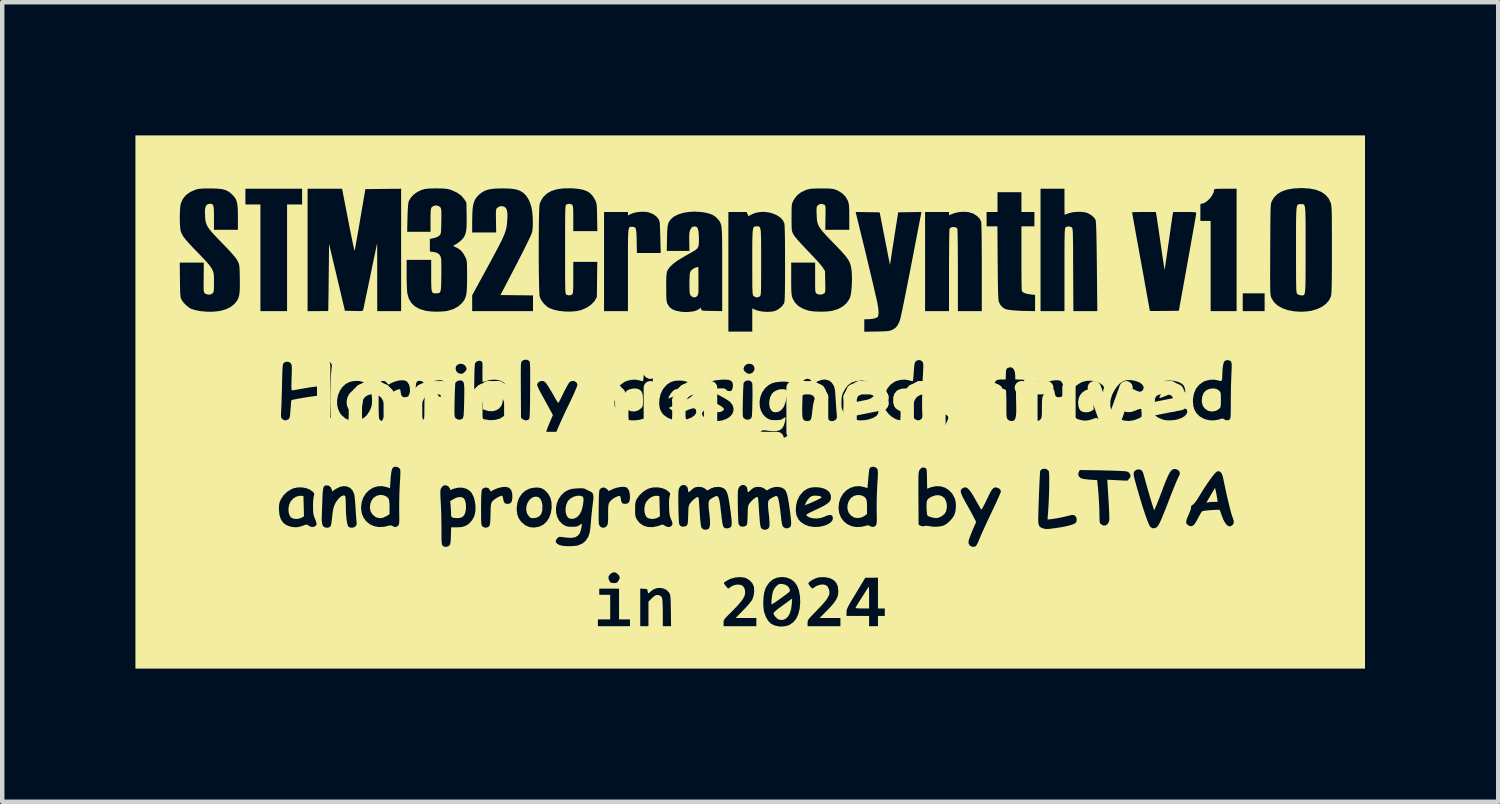
<source format=kicad_pcb>
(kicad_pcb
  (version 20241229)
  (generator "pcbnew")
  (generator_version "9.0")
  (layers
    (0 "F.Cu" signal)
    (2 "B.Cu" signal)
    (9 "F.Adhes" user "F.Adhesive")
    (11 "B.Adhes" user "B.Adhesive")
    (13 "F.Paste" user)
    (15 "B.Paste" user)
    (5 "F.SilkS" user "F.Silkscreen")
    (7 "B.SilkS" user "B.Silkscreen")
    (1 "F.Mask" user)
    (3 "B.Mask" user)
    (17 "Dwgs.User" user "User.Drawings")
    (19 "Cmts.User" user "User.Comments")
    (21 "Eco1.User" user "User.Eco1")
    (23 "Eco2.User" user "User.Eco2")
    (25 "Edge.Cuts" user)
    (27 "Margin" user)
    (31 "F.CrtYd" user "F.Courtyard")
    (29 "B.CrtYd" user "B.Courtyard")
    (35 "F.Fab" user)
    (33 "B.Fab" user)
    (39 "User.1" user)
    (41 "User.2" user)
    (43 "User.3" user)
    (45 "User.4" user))
  (footprint "logo_big_negative"
    (layer "F.Cu")
    (at 13.846 6.004)
    (property "Reference" "logo_big_negative" (at 0 0 0) (layer "F.SilkS") (effects (font (size 1.5 1.5) (thickness 0.3))))
    (attr board_only exclude_from_pos_files exclude_from_bom)
    (fp_poly (pts (xy 10.488 2.017) (xy 10.501 2.081) (xy 10.513 2.148) (xy 10.517 2.174) (xy 10.527 2.248) (xy 10.45 2.248) (xy 10.393 2.25) (xy 10.339 2.255) (xy 10.323 2.258) (xy 10.273 2.268) (xy 10.316 2.192) (xy 10.348 2.137) (xy 10.386 2.072) (xy 10.414 2.024) (xy 10.468 1.932)) (stroke (width 0) (type solid)) (fill yes) (layer "F.SilkS"))
    (fp_poly (pts (xy -5.694 -0.287) (xy -5.637 -0.242) (xy -5.597 -0.172) (xy -5.574 -0.078) (xy -5.574 -0.077) (xy -5.577 0.01) (xy -5.605 0.085) (xy -5.655 0.145) (xy -5.721 0.186) (xy -5.801 0.207) (xy -5.89 0.204) (xy -5.946 0.189) (xy -6.023 0.162) (xy -6.027 -0.025) (xy -6.032 -0.211) (xy -5.941 -0.259) (xy -5.848 -0.296) (xy -5.765 -0.305)) (stroke (width 0) (type solid)) (fill yes) (layer "F.SilkS"))
    (fp_poly (pts (xy -10.124 2.112) (xy -10.062 2.117) (xy -10.056 2.345) (xy -10.05 2.574) (xy -10.098 2.603) (xy -10.157 2.626) (xy -10.224 2.634) (xy -10.288 2.626) (xy -10.338 2.603) (xy -10.346 2.596) (xy -10.38 2.542) (xy -10.397 2.471) (xy -10.399 2.392) (xy -10.384 2.313) (xy -10.354 2.244) (xy -10.348 2.235) (xy -10.29 2.172) (xy -10.221 2.13) (xy -10.148 2.112)) (stroke (width 0) (type solid)) (fill yes) (layer "F.SilkS"))
    (fp_poly (pts (xy -2.047 2.117) (xy -2.04 2.345) (xy -2.033 2.573) (xy -2.082 2.603) (xy -2.141 2.626) (xy -2.208 2.634) (xy -2.272 2.626) (xy -2.323 2.603) (xy -2.33 2.596) (xy -2.363 2.544) (xy -2.381 2.474) (xy -2.384 2.396) (xy -2.371 2.318) (xy -2.344 2.251) (xy -2.338 2.242) (xy -2.28 2.178) (xy -2.212 2.133) (xy -2.14 2.113) (xy -2.112 2.112)) (stroke (width 0) (type solid)) (fill yes) (layer "F.SilkS"))
    (fp_poly (pts (xy 7.722 -0.285) (xy 7.728 -0.056) (xy 7.735 0.172) (xy 7.687 0.201) (xy 7.628 0.225) (xy 7.561 0.232) (xy 7.497 0.224) (xy 7.447 0.201) (xy 7.439 0.194) (xy 7.406 0.142) (xy 7.388 0.072) (xy 7.385 -0.006) (xy 7.398 -0.083) (xy 7.426 -0.15) (xy 7.432 -0.16) (xy 7.489 -0.224) (xy 7.558 -0.268) (xy 7.629 -0.289) (xy 7.657 -0.289)) (stroke (width 0) (type solid)) (fill yes) (layer "F.SilkS"))
    (fp_poly (pts (xy 2.583 -0.286) (xy 2.618 -0.276) (xy 2.631 -0.26) (xy 2.617 -0.246) (xy 2.581 -0.223) (xy 2.526 -0.194) (xy 2.459 -0.162) (xy 2.384 -0.129) (xy 2.357 -0.118) (xy 2.307 -0.1) (xy 2.273 -0.092) (xy 2.262 -0.096) (xy 2.272 -0.129) (xy 2.297 -0.173) (xy 2.33 -0.218) (xy 2.364 -0.255) (xy 2.384 -0.269) (xy 2.426 -0.283) (xy 2.478 -0.29) (xy 2.533 -0.291)) (stroke (width 0) (type solid)) (fill yes) (layer "F.SilkS"))
    (fp_poly (pts (xy -1.546 -0.289) (xy -1.501 -0.279) (xy -1.485 -0.272) (xy -1.473 -0.26) (xy -1.475 -0.249) (xy -1.495 -0.234) (xy -1.536 -0.212) (xy -1.57 -0.195) (xy -1.637 -0.164) (xy -1.706 -0.133) (xy -1.762 -0.11) (xy -1.766 -0.108) (xy -1.846 -0.077) (xy -1.823 -0.135) (xy -1.796 -0.182) (xy -1.758 -0.23) (xy -1.746 -0.242) (xy -1.711 -0.272) (xy -1.679 -0.287) (xy -1.636 -0.292) (xy -1.603 -0.292)) (stroke (width 0) (type solid)) (fill yes) (layer "F.SilkS"))
    (fp_poly (pts (xy 1.531 2.113) (xy 1.576 2.122) (xy 1.592 2.13) (xy 1.604 2.141) (xy 1.602 2.153) (xy 1.582 2.167) (xy 1.541 2.189) (xy 1.506 2.206) (xy 1.44 2.238) (xy 1.371 2.268) (xy 1.315 2.292) (xy 1.311 2.293) (xy 1.23 2.324) (xy 1.254 2.267) (xy 1.281 2.219) (xy 1.319 2.171) (xy 1.331 2.159) (xy 1.366 2.13) (xy 1.398 2.115) (xy 1.441 2.109) (xy 1.474 2.109)) (stroke (width 0) (type solid)) (fill yes) (layer "F.SilkS"))
    (fp_poly (pts (xy 9.502 -0.29) (xy 9.551 -0.278) (xy 9.562 -0.271) (xy 9.575 -0.259) (xy 9.573 -0.247) (xy 9.553 -0.232) (xy 9.509 -0.209) (xy 9.499 -0.203) (xy 9.424 -0.167) (xy 9.354 -0.136) (xy 9.293 -0.112) (xy 9.247 -0.096) (xy 9.22 -0.091) (xy 9.215 -0.094) (xy 9.225 -0.13) (xy 9.251 -0.177) (xy 9.285 -0.223) (xy 9.32 -0.257) (xy 9.328 -0.262) (xy 9.378 -0.282) (xy 9.44 -0.292)) (stroke (width 0) (type solid)) (fill yes) (layer "F.SilkS"))
    (fp_poly (pts (xy -8.817 -0.257) (xy -8.77 -0.217) (xy -8.75 -0.185) (xy -8.731 -0.125) (xy -8.724 -0.049) (xy -8.727 0.028) (xy -8.742 0.093) (xy -8.744 0.098) (xy -8.783 0.156) (xy -8.837 0.196) (xy -8.901 0.216) (xy -8.965 0.213) (xy -9.014 0.19) (xy -9.058 0.141) (xy -9.084 0.073) (xy -9.09 -0.007) (xy -9.074 -0.093) (xy -9.069 -0.109) (xy -9.032 -0.181) (xy -8.984 -0.233) (xy -8.928 -0.264) (xy -8.871 -0.272)) (stroke (width 0) (type solid)) (fill yes) (layer "F.SilkS"))
    (fp_poly (pts (xy -8.257 2.1) (xy -8.216 2.117) (xy -8.177 2.141) (xy -8.15 2.169) (xy -8.134 2.209) (xy -8.126 2.266) (xy -8.123 2.346) (xy -8.123 2.367) (xy -8.123 2.525) (xy -8.195 2.571) (xy -8.276 2.608) (xy -8.354 2.616) (xy -8.427 2.595) (xy -8.44 2.588) (xy -8.509 2.531) (xy -8.551 2.46) (xy -8.566 2.376) (xy -8.555 2.287) (xy -8.524 2.209) (xy -8.473 2.149) (xy -8.408 2.109) (xy -8.334 2.092)) (stroke (width 0) (type solid)) (fill yes) (layer "F.SilkS"))
    (fp_poly (pts (xy -4.778 2.138) (xy -4.732 2.173) (xy -4.699 2.233) (xy -4.681 2.315) (xy -4.68 2.331) (xy -4.682 2.434) (xy -4.703 2.513) (xy -4.744 2.569) (xy -4.806 2.603) (xy -4.86 2.613) (xy -4.909 2.616) (xy -4.941 2.609) (xy -4.97 2.588) (xy -4.983 2.575) (xy -5.025 2.513) (xy -5.044 2.438) (xy -5.042 2.359) (xy -5.02 2.281) (xy -4.98 2.213) (xy -4.923 2.161) (xy -4.902 2.149) (xy -4.836 2.13)) (stroke (width 0) (type solid)) (fill yes) (layer "F.SilkS"))
    (fp_poly (pts (xy 0.935 4.56) (xy 0.919 4.671) (xy 0.889 4.764) (xy 0.847 4.836) (xy 0.794 4.885) (xy 0.732 4.908) (xy 0.664 4.905) (xy 0.637 4.896) (xy 0.603 4.873) (xy 0.567 4.837) (xy 0.538 4.796) (xy 0.523 4.762) (xy 0.523 4.758) (xy 0.536 4.737) (xy 0.572 4.703) (xy 0.628 4.657) (xy 0.681 4.618) (xy 0.747 4.57) (xy 0.808 4.526) (xy 0.859 4.489) (xy 0.891 4.465) (xy 0.943 4.426)) (stroke (width 0) (type solid)) (fill yes) (layer "F.SilkS"))
    (fp_poly (pts (xy 2.673 4.17) (xy 2.675 4.208) (xy 2.676 4.267) (xy 2.677 4.342) (xy 2.677 4.4) (xy 2.677 4.649) (xy 2.521 4.649) (xy 2.449 4.648) (xy 2.404 4.645) (xy 2.38 4.64) (xy 2.373 4.632) (xy 2.374 4.628) (xy 2.384 4.61) (xy 2.407 4.572) (xy 2.44 4.518) (xy 2.48 4.454) (xy 2.523 4.386) (xy 2.567 4.318) (xy 2.606 4.255) (xy 2.639 4.205) (xy 2.662 4.17) (xy 2.671 4.158)) (stroke (width 0) (type solid)) (fill yes) (layer "F.SilkS"))
    (fp_poly (pts (xy -3.784 2.125) (xy -3.765 2.142) (xy -3.756 2.172) (xy -3.755 2.22) (xy -3.763 2.291) (xy -3.771 2.339) (xy -3.798 2.443) (xy -3.84 2.528) (xy -3.895 2.589) (xy -3.961 2.624) (xy -4.016 2.632) (xy -4.072 2.621) (xy -4.104 2.602) (xy -4.138 2.55) (xy -4.157 2.481) (xy -4.159 2.403) (xy -4.146 2.323) (xy -4.118 2.251) (xy -4.098 2.221) (xy -4.046 2.171) (xy -3.979 2.134) (xy -3.906 2.112) (xy -3.836 2.11)) (stroke (width 0) (type solid)) (fill yes) (layer "F.SilkS"))
    (fp_poly (pts (xy -6.484 2.148) (xy -6.447 2.173) (xy -6.421 2.22) (xy -6.405 2.29) (xy -6.401 2.374) (xy -6.404 2.425) (xy -6.422 2.508) (xy -6.456 2.566) (xy -6.501 2.599) (xy -6.551 2.612) (xy -6.615 2.615) (xy -6.676 2.609) (xy -6.704 2.601) (xy -6.724 2.589) (xy -6.735 2.567) (xy -6.738 2.526) (xy -6.738 2.504) (xy -6.74 2.44) (xy -6.745 2.366) (xy -6.748 2.328) (xy -6.758 2.234) (xy -6.684 2.187) (xy -6.611 2.152) (xy -6.543 2.139)) (stroke (width 0) (type solid)) (fill yes) (layer "F.SilkS"))
    (fp_poly (pts (xy -1.166 -2.774) (xy -1.166 -2.682) (xy -1.165 -2.598) (xy -1.166 -2.528) (xy -1.166 -2.478) (xy -1.167 -2.456) (xy -1.182 -2.403) (xy -1.215 -2.368) (xy -1.258 -2.355) (xy -1.303 -2.366) (xy -1.337 -2.396) (xy -1.35 -2.414) (xy -1.359 -2.436) (xy -1.364 -2.467) (xy -1.367 -2.512) (xy -1.369 -2.577) (xy -1.369 -2.665) (xy -1.368 -2.763) (xy -1.364 -2.843) (xy -1.359 -2.901) (xy -1.351 -2.932) (xy -1.314 -2.98) (xy -1.253 -3.019) (xy -1.213 -3.033) (xy -1.169 -3.046)) (stroke (width 0) (type solid)) (fill yes) (layer "F.SilkS"))
    (fp_poly (pts (xy 0.781 -0.284) (xy 0.809 -0.273) (xy 0.823 -0.263) (xy 0.832 -0.25) (xy 0.834 -0.227) (xy 0.831 -0.188) (xy 0.822 -0.127) (xy 0.82 -0.108) (xy 0.793 0.016) (xy 0.754 0.112) (xy 0.702 0.179) (xy 0.637 0.219) (xy 0.567 0.231) (xy 0.521 0.224) (xy 0.484 0.199) (xy 0.471 0.184) (xy 0.44 0.125) (xy 0.427 0.051) (xy 0.431 -0.03) (xy 0.45 -0.11) (xy 0.485 -0.18) (xy 0.518 -0.219) (xy 0.576 -0.256) (xy 0.646 -0.281) (xy 0.717 -0.291)) (stroke (width 0) (type solid)) (fill yes) (layer "F.SilkS"))
    (fp_poly (pts (xy 2.488 2.1) (xy 2.536 2.115) (xy 2.538 2.117) (xy 2.577 2.141) (xy 2.604 2.17) (xy 2.62 2.21) (xy 2.628 2.267) (xy 2.631 2.348) (xy 2.631 2.365) (xy 2.631 2.521) (xy 2.575 2.564) (xy 2.507 2.599) (xy 2.43 2.613) (xy 2.356 2.605) (xy 2.33 2.596) (xy 2.263 2.551) (xy 2.217 2.491) (xy 2.193 2.422) (xy 2.188 2.348) (xy 2.202 2.275) (xy 2.233 2.207) (xy 2.28 2.151) (xy 2.343 2.112) (xy 2.42 2.094) (xy 2.435 2.094)) (stroke (width 0) (type solid)) (fill yes) (layer "F.SilkS"))
    (fp_poly (pts (xy 3.574 -0.282) (xy 3.627 -0.237) (xy 3.636 -0.225) (xy 3.65 -0.194) (xy 3.658 -0.149) (xy 3.661 -0.083) (xy 3.662 -0.042) (xy 3.661 0.026) (xy 3.658 0.071) (xy 3.651 0.1) (xy 3.639 0.122) (xy 3.619 0.142) (xy 3.548 0.192) (xy 3.469 0.214) (xy 3.389 0.207) (xy 3.339 0.187) (xy 3.278 0.144) (xy 3.24 0.088) (xy 3.221 0.013) (xy 3.219 -0.013) (xy 3.222 -0.111) (xy 3.249 -0.19) (xy 3.297 -0.249) (xy 3.342 -0.277) (xy 3.425 -0.303) (xy 3.505 -0.304)) (stroke (width 0) (type solid)) (fill yes) (layer "F.SilkS"))
    (fp_poly (pts (xy -2.523 -0.293) (xy -2.477 -0.267) (xy -2.445 -0.232) (xy -2.426 -0.181) (xy -2.417 -0.109) (xy -2.415 -0.043) (xy -2.416 0.026) (xy -2.419 0.071) (xy -2.425 0.1) (xy -2.438 0.121) (xy -2.457 0.142) (xy -2.458 0.142) (xy -2.529 0.192) (xy -2.608 0.214) (xy -2.688 0.207) (xy -2.738 0.187) (xy -2.8 0.142) (xy -2.838 0.084) (xy -2.857 0.006) (xy -2.858 -0.007) (xy -2.855 -0.096) (xy -2.834 -0.175) (xy -2.795 -0.238) (xy -2.769 -0.262) (xy -2.712 -0.288) (xy -2.642 -0.303) (xy -2.572 -0.304)) (stroke (width 0) (type solid)) (fill yes) (layer "F.SilkS"))
    (fp_poly (pts (xy 4.322 2.122) (xy 4.377 2.169) (xy 4.413 2.238) (xy 4.429 2.326) (xy 4.427 2.381) (xy 4.411 2.461) (xy 4.375 2.522) (xy 4.315 2.57) (xy 4.292 2.582) (xy 4.239 2.605) (xy 4.19 2.614) (xy 4.136 2.609) (xy 4.067 2.591) (xy 4.021 2.576) (xy 3.997 2.561) (xy 3.985 2.536) (xy 3.979 2.498) (xy 3.972 2.423) (xy 3.97 2.346) (xy 3.972 2.277) (xy 3.98 2.225) (xy 3.984 2.212) (xy 4.01 2.179) (xy 4.062 2.143) (xy 4.084 2.132) (xy 4.173 2.101) (xy 4.254 2.099)) (stroke (width 0) (type solid)) (fill yes) (layer "F.SilkS"))
    (fp_poly (pts (xy 0.724 4.098) (xy 0.801 4.118) (xy 0.857 4.16) (xy 0.89 4.219) (xy 0.895 4.236) (xy 0.895 4.252) (xy 0.885 4.269) (xy 0.862 4.291) (xy 0.824 4.321) (xy 0.767 4.364) (xy 0.711 4.404) (xy 0.643 4.453) (xy 0.582 4.496) (xy 0.533 4.529) (xy 0.502 4.549) (xy 0.494 4.553) (xy 0.483 4.553) (xy 0.478 4.539) (xy 0.478 4.504) (xy 0.482 4.448) (xy 0.493 4.35) (xy 0.51 4.275) (xy 0.535 4.217) (xy 0.57 4.168) (xy 0.586 4.151) (xy 0.623 4.116) (xy 0.652 4.1) (xy 0.685 4.096)) (stroke (width 0) (type solid)) (fill yes) (layer "F.SilkS"))
    (fp_poly (pts (xy 10.504 -0.293) (xy 10.554 -0.26) (xy 10.559 -0.255) (xy 10.577 -0.237) (xy 10.589 -0.218) (xy 10.596 -0.191) (xy 10.599 -0.151) (xy 10.6 -0.089) (xy 10.6 -0.05) (xy 10.599 0.025) (xy 10.597 0.076) (xy 10.592 0.109) (xy 10.583 0.13) (xy 10.569 0.147) (xy 10.565 0.15) (xy 10.496 0.195) (xy 10.417 0.214) (xy 10.337 0.205) (xy 10.292 0.187) (xy 10.226 0.136) (xy 10.185 0.068) (xy 10.169 -0.016) (xy 10.169 -0.025) (xy 10.18 -0.125) (xy 10.212 -0.204) (xy 10.265 -0.261) (xy 10.338 -0.295) (xy 10.375 -0.302) (xy 10.448 -0.306)) (stroke (width 0) (type solid)) (fill yes) (layer "F.SilkS"))
    (fp_poly (pts (xy 0.186 -3.955) (xy 0.202 -3.95) (xy 0.214 -3.938) (xy 0.224 -3.917) (xy 0.232 -3.885) (xy 0.238 -3.84) (xy 0.241 -3.778) (xy 0.244 -3.697) (xy 0.245 -3.596) (xy 0.246 -3.47) (xy 0.246 -3.319) (xy 0.246 -3.153) (xy 0.246 -2.982) (xy 0.246 -2.839) (xy 0.245 -2.721) (xy 0.245 -2.626) (xy 0.243 -2.552) (xy 0.241 -2.495) (xy 0.239 -2.453) (xy 0.236 -2.424) (xy 0.231 -2.404) (xy 0.226 -2.391) (xy 0.22 -2.383) (xy 0.218 -2.381) (xy 0.173 -2.358) (xy 0.122 -2.36) (xy 0.077 -2.386) (xy 0.07 -2.394) (xy 0.064 -2.404) (xy 0.059 -2.42) (xy 0.055 -2.443) (xy 0.052 -2.476) (xy 0.05 -2.522) (xy 0.048 -2.584) (xy 0.047 -2.664) (xy 0.047 -2.766) (xy 0.046 -2.891) (xy 0.046 -3.043) (xy 0.046 -3.152) (xy 0.046 -3.33) (xy 0.046 -3.479) (xy 0.047 -3.603) (xy 0.049 -3.703) (xy 0.052 -3.782) (xy 0.056 -3.843) (xy 0.062 -3.888) (xy 0.07 -3.919) (xy 0.08 -3.939) (xy 0.093 -3.95) (xy 0.109 -3.955) (xy 0.128 -3.956) (xy 0.145 -3.956) (xy 0.167 -3.956)) (stroke (width 0) (type solid)) (fill yes) (layer "F.SilkS"))
    (fp_poly (pts (xy 12.454 -4.455) (xy 12.467 -4.448) (xy 12.478 -4.435) (xy 12.487 -4.413) (xy 12.494 -4.38) (xy 12.499 -4.334) (xy 12.503 -4.272) (xy 12.505 -4.193) (xy 12.507 -4.094) (xy 12.508 -3.974) (xy 12.508 -3.829) (xy 12.508 -3.658) (xy 12.508 -3.459) (xy 12.508 -3.432) (xy 12.508 -3.229) (xy 12.508 -3.054) (xy 12.507 -2.905) (xy 12.507 -2.781) (xy 12.505 -2.679) (xy 12.503 -2.597) (xy 12.499 -2.533) (xy 12.495 -2.485) (xy 12.488 -2.45) (xy 12.48 -2.426) (xy 12.47 -2.411) (xy 12.458 -2.404) (xy 12.443 -2.401) (xy 12.426 -2.401) (xy 12.407 -2.401) (xy 12.353 -2.413) (xy 12.323 -2.432) (xy 12.317 -2.439) (xy 12.311 -2.448) (xy 12.307 -2.462) (xy 12.303 -2.481) (xy 12.3 -2.51) (xy 12.298 -2.551) (xy 12.296 -2.604) (xy 12.295 -2.674) (xy 12.294 -2.762) (xy 12.293 -2.871) (xy 12.293 -3.002) (xy 12.292 -3.158) (xy 12.292 -3.342) (xy 12.292 -3.43) (xy 12.292 -3.633) (xy 12.292 -3.807) (xy 12.293 -3.955) (xy 12.293 -4.078) (xy 12.295 -4.18) (xy 12.298 -4.261) (xy 12.301 -4.325) (xy 12.306 -4.373) (xy 12.313 -4.408) (xy 12.322 -4.431) (xy 12.332 -4.446) (xy 12.345 -4.453) (xy 12.361 -4.456) (xy 12.379 -4.456) (xy 12.397 -4.456) (xy 12.419 -4.456) (xy 12.438 -4.457)) (stroke (width 0) (type solid)) (fill yes) (layer "F.SilkS"))
    (fp_poly (pts (xy 13.846 0) (xy 13.846 6.004) (xy 0 6.004) (xy -13.846 6.004) (xy -13.846 4.895) (xy -3.431 4.895) (xy -3.431 4.972) (xy -3.431 5.049) (xy -3.069 5.049) (xy -2.708 5.049) (xy -2.708 4.972) (xy -2.708 4.895) (xy -2.831 4.895) (xy -2.954 4.895) (xy -2.954 4.549) (xy -2.954 4.203) (xy -3.177 4.203) (xy -3.4 4.203) (xy -3.4 4.272) (xy -3.4 4.341) (xy -3.277 4.341) (xy -3.154 4.341) (xy -3.154 4.618) (xy -3.154 4.895) (xy -3.292 4.895) (xy -3.431 4.895) (xy -13.846 4.895) (xy -13.846 4.201) (xy -2.477 4.201) (xy -2.477 4.625) (xy -2.477 5.049) (xy -2.385 5.049) (xy -2.292 5.049) (xy -2.292 4.774) (xy -2.292 4.499) (xy -2.227 4.429) (xy -2.185 4.39) (xy -2.143 4.36) (xy -2.118 4.348) (xy -2.062 4.347) (xy -2.014 4.37) (xy -1.984 4.411) (xy -1.98 4.439) (xy -1.975 4.491) (xy -1.972 4.564) (xy -1.97 4.65) (xy -1.969 4.746) (xy -1.969 4.75) (xy -1.969 5.049) (xy -1.876 5.049) (xy -1.783 5.049) (xy -1.784 4.976) (xy -0.6 4.976) (xy -0.6 5.049) (xy -0.231 5.049) (xy 0.138 5.049) (xy 0.138 4.957) (xy 0.138 4.864) (xy -0.095 4.864) (xy -0.329 4.864) (xy -0.159 4.691) (xy -0.097 4.626) (xy -0.04 4.563) (xy 0.006 4.507) (xy 0.01 4.501) (xy 0.294 4.501) (xy 0.296 4.606) (xy 0.306 4.698) (xy 0.315 4.735) (xy 0.353 4.84) (xy 0.402 4.925) (xy 0.458 4.985) (xy 0.465 4.99) (xy 0.55 5.033) (xy 0.649 5.055) (xy 0.753 5.054) (xy 0.853 5.032) (xy 0.888 5.017) (xy 0.945 4.977) (xy 1.292 4.977) (xy 1.292 5.049) (xy 1.662 5.049) (xy 2.031 5.049) (xy 2.031 4.957) (xy 2.031 4.864) (xy 1.797 4.864) (xy 1.563 4.864) (xy 1.689 4.737) (xy 2.169 4.737) (xy 2.169 4.818) (xy 2.423 4.818) (xy 2.677 4.818) (xy 2.677 4.934) (xy 2.677 5.049) (xy 2.777 5.049) (xy 2.877 5.049) (xy 2.877 4.934) (xy 2.877 4.818) (xy 2.954 4.818) (xy 3.031 4.818) (xy 3.031 4.734) (xy 3.031 4.649) (xy 2.954 4.649) (xy 2.877 4.649) (xy 2.877 4.303) (xy 2.877 3.956) (xy 2.735 3.957) (xy 2.592 3.957) (xy 2.381 4.306) (xy 2.317 4.412) (xy 2.267 4.495) (xy 2.23 4.559) (xy 2.204 4.608) (xy 2.187 4.646) (xy 2.176 4.675) (xy 2.171 4.701) (xy 2.169 4.725) (xy 2.169 4.737) (xy 1.689 4.737) (xy 1.735 4.691) (xy 1.821 4.6) (xy 1.886 4.523) (xy 1.932 4.456) (xy 1.962 4.394) (xy 1.979 4.332) (xy 1.984 4.266) (xy 1.984 4.257) (xy 1.973 4.155) (xy 1.937 4.072) (xy 1.878 4.009) (xy 1.796 3.967) (xy 1.692 3.945) (xy 1.684 3.945) (xy 1.607 3.944) (xy 1.537 3.951) (xy 1.515 3.956) (xy 1.463 3.975) (xy 1.408 4.002) (xy 1.36 4.031) (xy 1.324 4.059) (xy 1.308 4.081) (xy 1.308 4.083) (xy 1.318 4.106) (xy 1.341 4.141) (xy 1.353 4.156) (xy 1.381 4.188) (xy 1.4 4.199) (xy 1.416 4.193) (xy 1.426 4.185) (xy 1.489 4.144) (xy 1.561 4.118) (xy 1.633 4.109) (xy 1.696 4.12) (xy 1.709 4.126) (xy 1.744 4.16) (xy 1.771 4.212) (xy 1.784 4.271) (xy 1.785 4.282) (xy 1.78 4.327) (xy 1.763 4.374) (xy 1.733 4.428) (xy 1.687 4.49) (xy 1.622 4.565) (xy 1.537 4.655) (xy 1.505 4.689) (xy 1.432 4.763) (xy 1.378 4.819) (xy 1.341 4.86) (xy 1.316 4.891) (xy 1.301 4.916) (xy 1.295 4.937) (xy 1.292 4.96) (xy 1.292 4.977) (xy 0.945 4.977) (xy 0.97 4.96) (xy 1.035 4.88) (xy 1.083 4.777) (xy 1.114 4.653) (xy 1.126 4.511) (xy 1.12 4.368) (xy 1.096 4.238) (xy 1.053 4.131) (xy 0.991 4.047) (xy 0.91 3.987) (xy 0.812 3.951) (xy 0.71 3.941) (xy 0.603 3.955) (xy 0.508 3.997) (xy 0.427 4.065) (xy 0.363 4.158) (xy 0.336 4.218) (xy 0.314 4.297) (xy 0.3 4.395) (xy 0.294 4.501) (xy 0.01 4.501) (xy 0.038 4.464) (xy 0.046 4.45) (xy 0.075 4.367) (xy 0.089 4.273) (xy 0.086 4.182) (xy 0.078 4.146) (xy 0.047 4.082) (xy -0.006 4.022) (xy -0.074 3.976) (xy -0.126 3.955) (xy -0.23 3.942) (xy -0.341 3.952) (xy -0.451 3.984) (xy -0.55 4.037) (xy -0.575 4.055) (xy -0.59 4.07) (xy -0.591 4.085) (xy -0.577 4.109) (xy -0.553 4.14) (xy -0.523 4.175) (xy -0.502 4.198) (xy -0.496 4.203) (xy -0.482 4.194) (xy -0.451 4.173) (xy -0.436 4.161) (xy -0.377 4.13) (xy -0.308 4.113) (xy -0.24 4.113) (xy -0.185 4.13) (xy -0.18 4.133) (xy -0.139 4.177) (xy -0.117 4.24) (xy -0.116 4.315) (xy -0.117 4.325) (xy -0.132 4.374) (xy -0.162 4.43) (xy -0.209 4.497) (xy -0.277 4.575) (xy -0.365 4.669) (xy -0.429 4.733) (xy -0.494 4.797) (xy -0.539 4.844) (xy -0.57 4.879) (xy -0.588 4.905) (xy -0.597 4.928) (xy -0.6 4.952) (xy -0.6 4.976) (xy -1.784 4.976) (xy -1.787 4.699) (xy -1.789 4.586) (xy -1.791 4.499) (xy -1.794 4.434) (xy -1.797 4.387) (xy -1.802 4.353) (xy -1.809 4.329) (xy -1.818 4.308) (xy -1.827 4.293) (xy -1.879 4.237) (xy -1.947 4.201) (xy -2.024 4.186) (xy -2.104 4.192) (xy -2.18 4.22) (xy -2.244 4.269) (xy -2.245 4.27) (xy -2.278 4.301) (xy -2.297 4.306) (xy -2.307 4.285) (xy -2.311 4.26) (xy -2.315 4.231) (xy -2.327 4.216) (xy -2.354 4.209) (xy -2.396 4.206) (xy -2.477 4.201) (xy -13.846 4.201) (xy -13.846 3.933) (xy -3.191 3.933) (xy -3.191 3.974) (xy -3.176 4.02) (xy -3.152 4.057) (xy -3.135 4.069) (xy -3.094 4.077) (xy -3.044 4.077) (xy -3.008 4.07) (xy -2.983 4.048) (xy -2.958 4.01) (xy -2.941 3.969) (xy -2.938 3.95) (xy -2.951 3.914) (xy -2.982 3.876) (xy -3.022 3.846) (xy -3.06 3.833) (xy -3.061 3.833) (xy -3.113 3.846) (xy -3.159 3.88) (xy -3.189 3.926) (xy -3.191 3.933) (xy -13.846 3.933) (xy -13.846 2.409) (xy -10.615 2.409) (xy -10.604 2.533) (xy -10.574 2.634) (xy -10.524 2.713) (xy -10.452 2.769) (xy -10.359 2.805) (xy -10.301 2.816) (xy -10.233 2.821) (xy -10.169 2.814) (xy -10.097 2.794) (xy -10.057 2.779) (xy -10.014 2.764) (xy -9.987 2.76) (xy -9.965 2.769) (xy -9.945 2.785) (xy -9.894 2.811) (xy -9.842 2.815) (xy -9.798 2.799) (xy -9.768 2.763) (xy -9.766 2.756) (xy -9.768 2.731) (xy -9.781 2.687) (xy -9.791 2.659) (xy -9.651 2.659) (xy -9.643 2.732) (xy -9.627 2.784) (xy -9.615 2.802) (xy -9.574 2.826) (xy -9.523 2.832) (xy -9.477 2.82) (xy -9.457 2.805) (xy -9.444 2.778) (xy -9.432 2.726) (xy -9.422 2.646) (xy -9.417 2.601) (xy -9.406 2.501) (xy -9.391 2.413) (xy -9.373 2.346) (xy -9.37 2.337) (xy -9.337 2.267) (xy -9.296 2.205) (xy -9.25 2.155) (xy -9.204 2.119) (xy -9.162 2.103) (xy -9.129 2.11) (xy -9.124 2.114) (xy -9.117 2.136) (xy -9.112 2.185) (xy -9.109 2.255) (xy -9.108 2.335) (xy -9.105 2.457) (xy -9.099 2.568) (xy -9.089 2.664) (xy -9.075 2.739) (xy -9.059 2.789) (xy -9.05 2.806) (xy -9.012 2.828) (xy -8.963 2.831) (xy -8.914 2.817) (xy -8.891 2.8) (xy -8.872 2.777) (xy -8.864 2.749) (xy -8.865 2.706) (xy -8.868 2.681) (xy -8.872 2.634) (xy -8.877 2.565) (xy -8.883 2.481) (xy -8.889 2.392) (xy -8.765 2.392) (xy -8.75 2.504) (xy -8.71 2.603) (xy -8.649 2.686) (xy -8.57 2.751) (xy -8.475 2.795) (xy -8.368 2.816) (xy -8.25 2.811) (xy -8.172 2.793) (xy -8.123 2.78) (xy -8.093 2.778) (xy -8.071 2.785) (xy -8.058 2.793) (xy -8.006 2.815) (xy -7.958 2.807) (xy -7.929 2.785) (xy -7.919 2.772) (xy -7.912 2.755) (xy -7.907 2.729) (xy -7.904 2.691) (xy -7.903 2.636) (xy -7.904 2.56) (xy -7.905 2.457) (xy -7.905 2.449) (xy -7.906 2.327) (xy -7.904 2.188) (xy -7.901 2.068) (xy -6.979 2.068) (xy -6.977 2.136) (xy -6.972 2.228) (xy -6.97 2.258) (xy -6.965 2.361) (xy -6.96 2.485) (xy -6.957 2.619) (xy -6.955 2.752) (xy -6.954 2.868) (xy -6.954 2.981) (xy -6.953 3.067) (xy -6.951 3.13) (xy -6.947 3.175) (xy -6.943 3.205) (xy -6.936 3.224) (xy -6.928 3.235) (xy -6.889 3.259) (xy -6.839 3.262) (xy -6.792 3.245) (xy -6.775 3.231) (xy -6.763 3.213) (xy -6.754 3.187) (xy -6.749 3.155) (xy -4.379 3.155) (xy -4.351 3.191) (xy -4.292 3.222) (xy -4.284 3.225) (xy -4.228 3.238) (xy -4.152 3.245) (xy -4.066 3.247) (xy -3.981 3.243) (xy -3.907 3.235) (xy -3.871 3.226) (xy -3.777 3.185) (xy -3.705 3.124) (xy -3.65 3.04) (xy -3.617 2.948) (xy -3.61 2.91) (xy -3.602 2.849) (xy -3.594 2.772) (xy -3.586 2.689) (xy -3.585 2.671) (xy -3.577 2.573) (xy -3.575 2.553) (xy -3.414 2.553) (xy -3.413 2.635) (xy -3.412 2.699) (xy -3.41 2.739) (xy -3.408 2.75) (xy -3.384 2.799) (xy -3.344 2.827) (xy -3.297 2.832) (xy -3.251 2.812) (xy -3.232 2.792) (xy -3.219 2.773) (xy -3.211 2.751) (xy -3.205 2.72) (xy -3.202 2.674) (xy -3.2 2.608) (xy -3.2 2.528) (xy -3.2 2.439) (xy -3.199 2.418) (xy -2.592 2.418) (xy -2.592 2.492) (xy -2.589 2.544) (xy -2.583 2.581) (xy -2.571 2.612) (xy -2.552 2.646) (xy -2.546 2.657) (xy -2.482 2.733) (xy -2.4 2.786) (xy -2.304 2.814) (xy -2.198 2.818) (xy -2.084 2.796) (xy -2.032 2.777) (xy -1.991 2.763) (xy -1.965 2.762) (xy -1.938 2.776) (xy -1.925 2.785) (xy -1.869 2.812) (xy -1.816 2.814) (xy -1.782 2.798) (xy -1.757 2.769) (xy -1.751 2.733) (xy -1.764 2.683) (xy -1.781 2.646) (xy -1.798 2.606) (xy -1.81 2.567) (xy -1.818 2.521) (xy -1.824 2.46) (xy -1.827 2.376) (xy -1.827 2.372) (xy -1.829 2.262) (xy -1.825 2.181) (xy -1.82 2.147) (xy -1.619 2.147) (xy -1.619 2.24) (xy -1.618 2.345) (xy -1.616 2.45) (xy -1.613 2.547) (xy -1.61 2.63) (xy -1.606 2.695) (xy -1.602 2.736) (xy -1.6 2.749) (xy -1.57 2.792) (xy -1.524 2.809) (xy -1.468 2.801) (xy -1.444 2.792) (xy -1.427 2.781) (xy -1.415 2.761) (xy -1.407 2.73) (xy -1.402 2.681) (xy -1.399 2.611) (xy -1.396 2.524) (xy -1.394 2.443) (xy -1.391 2.387) (xy -1.385 2.348) (xy -1.376 2.319) (xy -1.363 2.295) (xy -1.346 2.271) (xy -1.306 2.225) (xy -1.262 2.185) (xy -1.221 2.155) (xy -1.188 2.139) (xy -1.169 2.142) (xy -1.168 2.143) (xy -1.163 2.166) (xy -1.157 2.212) (xy -1.152 2.275) (xy -1.148 2.332) (xy -1.139 2.469) (xy -1.132 2.578) (xy -1.125 2.663) (xy -1.118 2.728) (xy -1.112 2.775) (xy -1.105 2.808) (xy -1.097 2.83) (xy -1.087 2.845) (xy -1.085 2.847) (xy -1.043 2.873) (xy -0.992 2.877) (xy -0.945 2.86) (xy -0.93 2.847) (xy -0.913 2.809) (xy -0.905 2.743) (xy -0.907 2.652) (xy -0.917 2.539) (xy -0.923 2.494) (xy -0.932 2.423) (xy -0.937 2.349) (xy -0.938 2.306) (xy -0.936 2.257) (xy -0.926 2.221) (xy -0.902 2.192) (xy -0.859 2.163) (xy -0.803 2.133) (xy -0.773 2.12) (xy -0.749 2.118) (xy -0.729 2.128) (xy -0.713 2.153) (xy -0.699 2.197) (xy -0.686 2.262) (xy -0.673 2.351) (xy -0.66 2.467) (xy -0.653 2.525) (xy -0.641 2.629) (xy -0.63 2.706) (xy -0.619 2.762) (xy -0.607 2.8) (xy -0.592 2.824) (xy -0.578 2.836) (xy -0.539 2.847) (xy -0.49 2.842) (xy -0.45 2.824) (xy -0.434 2.81) (xy -0.424 2.789) (xy -0.418 2.759) (xy -0.417 2.716) (xy -0.42 2.656) (xy -0.429 2.575) (xy -0.442 2.469) (xy -0.454 2.382) (xy -0.473 2.258) (xy -0.49 2.162) (xy -0.493 2.147) (xy -0.281 2.147) (xy -0.28 2.24) (xy -0.279 2.345) (xy -0.277 2.45) (xy -0.275 2.547) (xy -0.271 2.63) (xy -0.268 2.695) (xy -0.264 2.736) (xy -0.261 2.749) (xy -0.231 2.792) (xy -0.186 2.809) (xy -0.13 2.801) (xy -0.106 2.792) (xy -0.088 2.781) (xy -0.076 2.761) (xy -0.068 2.73) (xy -0.064 2.681) (xy -0.06 2.611) (xy -0.058 2.524) (xy -0.055 2.443) (xy -0.052 2.387) (xy -0.047 2.348) (xy -0.038 2.319) (xy -0.024 2.295) (xy -0.007 2.271) (xy 0.033 2.225) (xy 0.076 2.185) (xy 0.117 2.155) (xy 0.15 2.139) (xy 0.169 2.142) (xy 0.17 2.143) (xy 0.175 2.166) (xy 0.181 2.212) (xy 0.187 2.275) (xy 0.191 2.332) (xy 0.199 2.469) (xy 0.207 2.578) (xy 0.214 2.663) (xy 0.22 2.728) (xy 0.227 2.775) (xy 0.234 2.808) (xy 0.242 2.83) (xy 0.251 2.845) (xy 0.253 2.847) (xy 0.295 2.873) (xy 0.346 2.877) (xy 0.394 2.86) (xy 0.409 2.846) (xy 0.425 2.823) (xy 0.433 2.792) (xy 0.435 2.743) (xy 0.434 2.704) (xy 0.429 2.629) (xy 0.422 2.548) (xy 0.415 2.494) (xy 0.407 2.423) (xy 0.402 2.349) (xy 0.4 2.306) (xy 0.402 2.257) (xy 0.413 2.221) (xy 0.436 2.192) (xy 0.478 2.164) (xy 0.537 2.133) (xy 0.573 2.117) (xy 0.595 2.116) (xy 0.61 2.128) (xy 0.626 2.158) (xy 0.642 2.218) (xy 0.658 2.306) (xy 0.674 2.422) (xy 0.691 2.564) (xy 0.693 2.583) (xy 0.703 2.673) (xy 0.714 2.738) (xy 0.726 2.781) (xy 0.741 2.809) (xy 0.742 2.81) (xy 0.784 2.841) (xy 0.835 2.846) (xy 0.888 2.825) (xy 0.889 2.824) (xy 0.904 2.81) (xy 0.915 2.789) (xy 0.921 2.759) (xy 0.922 2.716) (xy 0.918 2.656) (xy 0.91 2.575) (xy 0.896 2.469) (xy 0.894 2.455) (xy 1.026 2.455) (xy 1.043 2.556) (xy 1.085 2.641) (xy 1.133 2.696) (xy 1.222 2.758) (xy 1.328 2.798) (xy 1.446 2.815) (xy 1.57 2.808) (xy 1.67 2.785) (xy 1.757 2.75) (xy 1.819 2.707) (xy 1.854 2.658) (xy 1.862 2.621) (xy 1.853 2.573) (xy 1.828 2.547) (xy 1.783 2.543) (xy 1.719 2.562) (xy 1.677 2.581) (xy 1.595 2.61) (xy 1.508 2.623) (xy 1.422 2.62) (xy 1.345 2.603) (xy 1.285 2.571) (xy 1.265 2.552) (xy 1.264 2.542) (xy 1.276 2.528) (xy 1.306 2.51) (xy 1.356 2.484) (xy 1.429 2.449) (xy 1.48 2.425) (xy 1.551 2.392) (xy 1.989 2.392) (xy 2.004 2.503) (xy 2.044 2.602) (xy 2.105 2.685) (xy 2.184 2.75) (xy 2.279 2.795) (xy 2.386 2.816) (xy 2.504 2.811) (xy 2.582 2.793) (xy 2.63 2.78) (xy 2.66 2.778) (xy 2.683 2.785) (xy 2.696 2.793) (xy 2.748 2.815) (xy 2.795 2.807) (xy 2.825 2.785) (xy 2.835 2.771) (xy 2.842 2.754) (xy 2.847 2.729) (xy 2.85 2.69) (xy 2.851 2.634) (xy 2.85 2.557) (xy 2.848 2.457) (xy 2.848 2.339) (xy 2.849 2.203) (xy 2.853 2.061) (xy 2.859 1.927) (xy 2.861 1.885) (xy 3.787 1.885) (xy 3.787 2.006) (xy 3.788 2.155) (xy 3.788 2.17) (xy 3.792 2.762) (xy 3.834 2.785) (xy 3.877 2.801) (xy 3.919 2.793) (xy 3.965 2.786) (xy 4.027 2.794) (xy 4.038 2.797) (xy 4.117 2.808) (xy 4.206 2.809) (xy 4.291 2.799) (xy 4.36 2.78) (xy 4.424 2.743) (xy 4.49 2.686) (xy 4.549 2.619) (xy 4.593 2.552) (xy 4.599 2.538) (xy 4.623 2.455) (xy 4.633 2.357) (xy 4.628 2.259) (xy 4.608 2.173) (xy 4.606 2.169) (xy 4.552 2.067) (xy 4.485 1.995) (xy 4.741 1.995) (xy 4.743 2.03) (xy 4.758 2.078) (xy 4.787 2.143) (xy 4.832 2.227) (xy 4.867 2.29) (xy 4.914 2.373) (xy 4.96 2.455) (xy 5 2.529) (xy 5.03 2.586) (xy 5.042 2.609) (xy 5.089 2.702) (xy 5.051 2.786) (xy 5.013 2.874) (xy 4.977 2.961) (xy 4.948 3.038) (xy 4.926 3.1) (xy 4.917 3.134) (xy 4.918 3.187) (xy 4.943 3.23) (xy 4.984 3.256) (xy 5.035 3.262) (xy 5.077 3.248) (xy 5.095 3.227) (xy 5.119 3.183) (xy 5.147 3.121) (xy 5.163 3.083) (xy 5.184 3.031) (xy 5.217 2.956) (xy 5.258 2.863) (xy 5.307 2.757) (xy 5.349 2.667) (xy 6.486 2.667) (xy 6.491 2.742) (xy 6.509 2.794) (xy 6.546 2.827) (xy 6.602 2.848) (xy 6.633 2.855) (xy 6.658 2.859) (xy 6.686 2.86) (xy 6.721 2.858) (xy 6.772 2.853) (xy 6.845 2.843) (xy 6.872 2.84) (xy 6.984 2.823) (xy 7.09 2.803) (xy 7.183 2.781) (xy 7.259 2.758) (xy 7.311 2.736) (xy 7.319 2.731) (xy 7.346 2.697) (xy 7.354 2.65) (xy 7.344 2.601) (xy 7.323 2.571) (xy 7.305 2.554) (xy 7.286 2.545) (xy 7.262 2.543) (xy 7.224 2.548) (xy 7.168 2.561) (xy 7.098 2.579) (xy 7.039 2.592) (xy 6.97 2.606) (xy 6.897 2.62) (xy 6.827 2.631) (xy 6.766 2.639) (xy 6.721 2.644) (xy 6.698 2.643) (xy 6.697 2.642) (xy 6.697 2.627) (xy 6.7 2.587) (xy 6.704 2.53) (xy 6.708 2.478) (xy 6.715 2.38) (xy 6.721 2.271) (xy 6.726 2.156) (xy 6.73 2.039) (xy 6.733 1.926) (xy 6.734 1.82) (xy 6.734 1.726) (xy 6.733 1.648) (xy 6.731 1.625) (xy 7.386 1.625) (xy 7.399 1.673) (xy 7.439 1.71) (xy 7.456 1.718) (xy 7.495 1.729) (xy 7.555 1.739) (xy 7.626 1.747) (xy 7.662 1.75) (xy 7.814 1.759) (xy 7.822 1.838) (xy 7.839 2.015) (xy 7.852 2.199) (xy 7.861 2.376) (xy 7.864 2.514) (xy 7.866 2.599) (xy 7.868 2.659) (xy 7.871 2.698) (xy 7.877 2.724) (xy 7.887 2.74) (xy 7.901 2.753) (xy 7.905 2.756) (xy 7.956 2.783) (xy 8.005 2.779) (xy 8.042 2.752) (xy 8.069 2.713) (xy 8.084 2.679) (xy 8.087 2.648) (xy 8.087 2.588) (xy 8.084 2.498) (xy 8.079 2.38) (xy 8.071 2.233) (xy 8.061 2.06) (xy 8.051 1.91) (xy 8.041 1.75) (xy 8.267 1.761) (xy 8.492 1.772) (xy 8.531 1.733) (xy 8.563 1.687) (xy 8.564 1.642) (xy 8.548 1.616) (xy 8.636 1.616) (xy 8.639 1.65) (xy 8.647 1.697) (xy 8.663 1.761) (xy 8.686 1.844) (xy 8.716 1.952) (xy 8.74 2.032) (xy 8.792 2.21) (xy 8.841 2.369) (xy 8.886 2.506) (xy 8.926 2.621) (xy 8.96 2.71) (xy 8.988 2.774) (xy 9.009 2.809) (xy 9.01 2.811) (xy 9.057 2.842) (xy 9.109 2.843) (xy 9.152 2.822) (xy 9.17 2.807) (xy 9.188 2.781) (xy 9.21 2.743) (xy 9.225 2.713) (xy 9.818 2.713) (xy 9.829 2.744) (xy 9.842 2.759) (xy 9.893 2.792) (xy 9.939 2.797) (xy 9.985 2.774) (xy 9.986 2.773) (xy 10.009 2.747) (xy 10.039 2.7) (xy 10.072 2.641) (xy 10.092 2.603) (xy 10.132 2.527) (xy 10.163 2.478) (xy 10.188 2.456) (xy 10.192 2.455) (xy 10.23 2.449) (xy 10.286 2.442) (xy 10.351 2.437) (xy 10.419 2.432) (xy 10.482 2.428) (xy 10.533 2.427) (xy 10.565 2.428) (xy 10.571 2.429) (xy 10.581 2.449) (xy 10.596 2.488) (xy 10.608 2.525) (xy 10.649 2.635) (xy 10.692 2.718) (xy 10.736 2.773) (xy 10.781 2.799) (xy 10.825 2.796) (xy 10.862 2.771) (xy 10.886 2.734) (xy 10.89 2.687) (xy 10.874 2.625) (xy 10.86 2.591) (xy 10.847 2.552) (xy 10.828 2.487) (xy 10.806 2.403) (xy 10.781 2.303) (xy 10.755 2.193) (xy 10.728 2.078) (xy 10.703 1.963) (xy 10.68 1.853) (xy 10.668 1.793) (xy 10.649 1.703) (xy 10.63 1.638) (xy 10.608 1.596) (xy 10.583 1.571) (xy 10.558 1.56) (xy 10.533 1.558) (xy 10.508 1.567) (xy 10.478 1.594) (xy 10.451 1.623) (xy 10.411 1.672) (xy 10.359 1.743) (xy 10.298 1.83) (xy 10.232 1.929) (xy 10.165 2.035) (xy 10.099 2.142) (xy 10.086 2.164) (xy 10.043 2.229) (xy 10.002 2.281) (xy 9.969 2.312) (xy 9.966 2.314) (xy 9.933 2.339) (xy 9.927 2.366) (xy 9.928 2.372) (xy 9.925 2.401) (xy 9.91 2.451) (xy 9.883 2.514) (xy 9.876 2.531) (xy 9.841 2.612) (xy 9.822 2.671) (xy 9.818 2.713) (xy 9.225 2.713) (xy 9.236 2.69) (xy 9.268 2.62) (xy 9.305 2.529) (xy 9.35 2.417) (xy 9.404 2.279) (xy 9.445 2.173) (xy 9.487 2.064) (xy 9.528 1.962) (xy 9.565 1.87) (xy 9.597 1.793) (xy 9.622 1.736) (xy 9.638 1.703) (xy 9.639 1.702) (xy 9.661 1.657) (xy 9.675 1.617) (xy 9.677 1.603) (xy 9.663 1.56) (xy 9.627 1.526) (xy 9.576 1.509) (xy 9.562 1.509) (xy 9.532 1.512) (xy 9.505 1.524) (xy 9.478 1.547) (xy 9.451 1.584) (xy 9.421 1.639) (xy 9.387 1.713) (xy 9.347 1.809) (xy 9.3 1.931) (xy 9.278 1.991) (xy 9.242 2.085) (xy 9.208 2.175) (xy 9.177 2.254) (xy 9.151 2.317) (xy 9.135 2.355) (xy 9.097 2.44) (xy 9.05 2.294) (xy 9.028 2.223) (xy 9.001 2.133) (xy 8.972 2.031) (xy 8.941 1.924) (xy 8.912 1.822) (xy 8.887 1.731) (xy 8.867 1.658) (xy 8.862 1.639) (xy 8.841 1.575) (xy 8.814 1.538) (xy 8.776 1.52) (xy 8.746 1.518) (xy 8.696 1.526) (xy 8.66 1.553) (xy 8.658 1.555) (xy 8.646 1.572) (xy 8.639 1.591) (xy 8.636 1.616) (xy 8.548 1.616) (xy 8.535 1.596) (xy 8.533 1.594) (xy 8.517 1.58) (xy 8.498 1.57) (xy 8.471 1.563) (xy 8.43 1.558) (xy 8.37 1.554) (xy 8.285 1.55) (xy 8.268 1.549) (xy 8.174 1.546) (xy 8.061 1.543) (xy 7.937 1.54) (xy 7.815 1.537) (xy 7.731 1.536) (xy 7.424 1.532) (xy 7.402 1.571) (xy 7.386 1.625) (xy 6.731 1.625) (xy 6.73 1.591) (xy 6.725 1.56) (xy 6.724 1.556) (xy 6.691 1.522) (xy 6.646 1.504) (xy 6.597 1.504) (xy 6.555 1.521) (xy 6.531 1.552) (xy 6.528 1.572) (xy 6.525 1.619) (xy 6.521 1.688) (xy 6.516 1.776) (xy 6.512 1.877) (xy 6.507 1.989) (xy 6.502 2.106) (xy 6.498 2.224) (xy 6.494 2.34) (xy 6.491 2.449) (xy 6.488 2.548) (xy 6.486 2.631) (xy 6.486 2.667) (xy 5.349 2.667) (xy 5.36 2.644) (xy 5.415 2.527) (xy 5.433 2.489) (xy 5.485 2.38) (xy 5.533 2.278) (xy 5.574 2.188) (xy 5.607 2.113) (xy 5.631 2.057) (xy 5.644 2.023) (xy 5.646 2.015) (xy 5.632 1.974) (xy 5.596 1.942) (xy 5.547 1.925) (xy 5.532 1.924) (xy 5.506 1.926) (xy 5.483 1.935) (xy 5.461 1.954) (xy 5.436 1.987) (xy 5.407 2.036) (xy 5.371 2.106) (xy 5.326 2.2) (xy 5.312 2.229) (xy 5.271 2.313) (xy 5.24 2.372) (xy 5.218 2.407) (xy 5.204 2.42) (xy 5.197 2.417) (xy 5.185 2.395) (xy 5.161 2.353) (xy 5.128 2.295) (xy 5.09 2.228) (xy 5.083 2.215) (xy 5.021 2.108) (xy 4.97 2.028) (xy 4.926 1.972) (xy 4.887 1.937) (xy 4.851 1.922) (xy 4.816 1.925) (xy 4.779 1.944) (xy 4.773 1.948) (xy 4.751 1.969) (xy 4.741 1.995) (xy 4.485 1.995) (xy 4.478 1.987) (xy 4.39 1.93) (xy 4.29 1.899) (xy 4.182 1.895) (xy 4.072 1.919) (xy 4.062 1.923) (xy 3.985 1.952) (xy 3.981 1.727) (xy 3.979 1.639) (xy 3.977 1.577) (xy 3.974 1.536) (xy 3.968 1.511) (xy 3.96 1.496) (xy 3.947 1.487) (xy 3.941 1.484) (xy 3.891 1.472) (xy 3.846 1.491) (xy 3.814 1.53) (xy 3.806 1.544) (xy 3.8 1.56) (xy 3.796 1.582) (xy 3.792 1.613) (xy 3.789 1.655) (xy 3.788 1.713) (xy 3.787 1.788) (xy 3.787 1.885) (xy 2.861 1.885) (xy 2.863 1.849) (xy 2.87 1.737) (xy 2.874 1.651) (xy 2.875 1.588) (xy 2.872 1.544) (xy 2.864 1.513) (xy 2.851 1.492) (xy 2.833 1.478) (xy 2.812 1.466) (xy 2.764 1.456) (xy 2.719 1.467) (xy 2.689 1.497) (xy 2.686 1.504) (xy 2.68 1.529) (xy 2.674 1.578) (xy 2.666 1.645) (xy 2.659 1.722) (xy 2.658 1.732) (xy 2.652 1.807) (xy 2.647 1.869) (xy 2.642 1.914) (xy 2.639 1.935) (xy 2.639 1.936) (xy 2.624 1.934) (xy 2.59 1.923) (xy 2.57 1.917) (xy 2.463 1.894) (xy 2.358 1.9) (xy 2.259 1.931) (xy 2.169 1.986) (xy 2.094 2.062) (xy 2.036 2.157) (xy 2 2.268) (xy 2 2.269) (xy 1.989 2.392) (xy 1.551 2.392) (xy 1.593 2.371) (xy 1.681 2.325) (xy 1.744 2.283) (xy 1.786 2.243) (xy 1.811 2.202) (xy 1.819 2.157) (xy 1.815 2.106) (xy 1.813 2.094) (xy 1.785 2.033) (xy 1.732 1.984) (xy 1.657 1.947) (xy 1.563 1.924) (xy 1.469 1.918) (xy 1.368 1.926) (xy 1.284 1.954) (xy 1.208 2.004) (xy 1.188 2.022) (xy 1.111 2.113) (xy 1.059 2.22) (xy 1.032 2.335) (xy 1.026 2.455) (xy 0.894 2.455) (xy 0.884 2.382) (xy 0.866 2.258) (xy 0.849 2.162) (xy 0.832 2.088) (xy 0.814 2.033) (xy 0.793 1.993) (xy 0.769 1.964) (xy 0.757 1.954) (xy 0.695 1.923) (xy 0.619 1.911) (xy 0.537 1.918) (xy 0.459 1.943) (xy 0.425 1.962) (xy 0.39 1.984) (xy 0.369 1.989) (xy 0.353 1.977) (xy 0.352 1.976) (xy 0.302 1.938) (xy 0.236 1.915) (xy 0.164 1.91) (xy 0.096 1.923) (xy 0.08 1.93) (xy 0.039 1.958) (xy 0.001 1.992) (xy -0.032 2.023) (xy -0.052 2.028) (xy -0.06 2.006) (xy -0.062 1.981) (xy -0.073 1.925) (xy -0.103 1.887) (xy -0.145 1.868) (xy -0.19 1.871) (xy -0.233 1.897) (xy -0.253 1.924) (xy -0.262 1.942) (xy -0.27 1.963) (xy -0.275 1.989) (xy -0.278 2.026) (xy -0.28 2.077) (xy -0.281 2.147) (xy -0.493 2.147) (xy -0.507 2.088) (xy -0.525 2.033) (xy -0.546 1.993) (xy -0.57 1.964) (xy -0.581 1.954) (xy -0.643 1.923) (xy -0.72 1.911) (xy -0.802 1.918) (xy -0.879 1.943) (xy -0.913 1.962) (xy -0.949 1.984) (xy -0.97 1.989) (xy -0.985 1.977) (xy -0.986 1.976) (xy -1.036 1.938) (xy -1.102 1.915) (xy -1.175 1.91) (xy -1.242 1.923) (xy -1.258 1.93) (xy -1.299 1.958) (xy -1.337 1.992) (xy -1.371 2.023) (xy -1.39 2.028) (xy -1.399 2.006) (xy -1.4 1.981) (xy -1.412 1.925) (xy -1.442 1.887) (xy -1.483 1.868) (xy -1.529 1.871) (xy -1.571 1.897) (xy -1.591 1.924) (xy -1.601 1.942) (xy -1.608 1.963) (xy -1.613 1.989) (xy -1.617 2.026) (xy -1.619 2.077) (xy -1.619 2.147) (xy -1.82 2.147) (xy -1.816 2.127) (xy -1.815 2.122) (xy -1.804 2.082) (xy -1.806 2.056) (xy -1.825 2.03) (xy -1.83 2.025) (xy -1.898 1.973) (xy -1.985 1.939) (xy -2.083 1.922) (xy -2.185 1.924) (xy -2.282 1.947) (xy -2.313 1.96) (xy -2.408 2.018) (xy -2.493 2.097) (xy -2.557 2.188) (xy -2.557 2.189) (xy -2.573 2.224) (xy -2.584 2.26) (xy -2.59 2.305) (xy -2.592 2.368) (xy -2.592 2.418) (xy -3.199 2.418) (xy -3.198 2.374) (xy -3.194 2.329) (xy -3.188 2.296) (xy -3.178 2.271) (xy -3.168 2.253) (xy -3.126 2.206) (xy -3.067 2.162) (xy -3 2.129) (xy -2.966 2.118) (xy -2.941 2.115) (xy -2.927 2.124) (xy -2.919 2.152) (xy -2.914 2.182) (xy -2.903 2.241) (xy -2.885 2.275) (xy -2.855 2.29) (xy -2.814 2.294) (xy -2.764 2.285) (xy -2.731 2.258) (xy -2.713 2.209) (xy -2.708 2.136) (xy -2.715 2.049) (xy -2.737 1.98) (xy -2.771 1.934) (xy -2.786 1.924) (xy -2.835 1.911) (xy -2.903 1.911) (xy -2.98 1.923) (xy -3.059 1.947) (xy -3.106 1.967) (xy -3.153 1.989) (xy -3.186 2) (xy -3.2 2) (xy -3.2 2) (xy -3.213 1.972) (xy -3.245 1.946) (xy -3.284 1.928) (xy -3.305 1.924) (xy -3.351 1.936) (xy -3.378 1.957) (xy -3.388 1.969) (xy -3.395 1.986) (xy -3.4 2.012) (xy -3.404 2.049) (xy -3.407 2.104) (xy -3.41 2.178) (xy -3.411 2.277) (xy -3.412 2.353) (xy -3.413 2.457) (xy -3.414 2.553) (xy -3.575 2.553) (xy -3.566 2.467) (xy -3.555 2.367) (xy -3.545 2.288) (xy -3.534 2.194) (xy -3.531 2.125) (xy -3.539 2.077) (xy -3.557 2.044) (xy -3.588 2.021) (xy -3.598 2.017) (xy -3.639 1.997) (xy -3.686 1.972) (xy -3.692 1.969) (xy -3.723 1.954) (xy -3.757 1.945) (xy -3.802 1.942) (xy -3.866 1.943) (xy -3.892 1.944) (xy -4.006 1.955) (xy -4.098 1.981) (xy -4.176 2.024) (xy -4.247 2.088) (xy -4.259 2.102) (xy -4.319 2.19) (xy -4.358 2.289) (xy -4.375 2.392) (xy -4.371 2.494) (xy -4.346 2.591) (xy -4.3 2.676) (xy -4.235 2.744) (xy -4.209 2.763) (xy -4.165 2.787) (xy -4.127 2.801) (xy -4.082 2.808) (xy -4.018 2.809) (xy -4.014 2.809) (xy -3.948 2.808) (xy -3.904 2.802) (xy -3.871 2.789) (xy -3.848 2.775) (xy -3.816 2.752) (xy -3.797 2.741) (xy -3.796 2.74) (xy -3.792 2.753) (xy -3.795 2.788) (xy -3.803 2.834) (xy -3.815 2.883) (xy -3.828 2.928) (xy -3.841 2.958) (xy -3.886 3.013) (xy -3.946 3.046) (xy -4.025 3.059) (xy -4.085 3.057) (xy -4.149 3.052) (xy -4.21 3.045) (xy -4.249 3.039) (xy -4.292 3.036) (xy -4.324 3.049) (xy -4.345 3.069) (xy -4.377 3.114) (xy -4.379 3.155) (xy -6.749 3.155) (xy -6.748 3.147) (xy -6.744 3.088) (xy -6.741 3.01) (xy -6.736 2.822) (xy -6.618 2.823) (xy -6.509 2.817) (xy -6.421 2.794) (xy -6.348 2.751) (xy -6.293 2.698) (xy -6.248 2.637) (xy -6.214 2.57) (xy -6.208 2.55) (xy -6.188 2.449) (xy -6.188 2.394) (xy -6.062 2.394) (xy -6.061 2.512) (xy -6.061 2.603) (xy -6.06 2.671) (xy -6.057 2.719) (xy -6.053 2.753) (xy -6.048 2.775) (xy -6.041 2.79) (xy -6.031 2.801) (xy -6.031 2.802) (xy -5.986 2.827) (xy -5.935 2.829) (xy -5.89 2.807) (xy -5.883 2.8) (xy -5.872 2.784) (xy -5.864 2.763) (xy -5.858 2.73) (xy -5.854 2.68) (xy -5.851 2.61) (xy -5.849 2.527) (xy -5.847 2.435) (xy -5.845 2.378) (xy -5.259 2.378) (xy -5.258 2.439) (xy -5.244 2.537) (xy -5.214 2.617) (xy -5.164 2.689) (xy -5.148 2.707) (xy -5.064 2.777) (xy -4.971 2.817) (xy -4.869 2.828) (xy -4.758 2.809) (xy -4.755 2.808) (xy -4.665 2.766) (xy -4.59 2.699) (xy -4.531 2.611) (xy -4.491 2.506) (xy -4.473 2.386) (xy -4.472 2.363) (xy -4.477 2.251) (xy -4.5 2.158) (xy -4.544 2.077) (xy -4.58 2.032) (xy -4.64 1.975) (xy -4.703 1.941) (xy -4.777 1.926) (xy -4.853 1.927) (xy -4.964 1.948) (xy -5.061 1.995) (xy -5.141 2.064) (xy -5.202 2.153) (xy -5.242 2.258) (xy -5.259 2.378) (xy -5.845 2.378) (xy -5.844 2.369) (xy -5.84 2.322) (xy -5.834 2.29) (xy -5.826 2.266) (xy -5.813 2.246) (xy -5.805 2.234) (xy -5.771 2.202) (xy -5.723 2.168) (xy -5.669 2.137) (xy -5.62 2.116) (xy -5.591 2.109) (xy -5.579 2.123) (xy -5.568 2.158) (xy -5.564 2.181) (xy -5.551 2.241) (xy -5.531 2.276) (xy -5.498 2.291) (xy -5.47 2.294) (xy -5.419 2.288) (xy -5.386 2.266) (xy -5.367 2.224) (xy -5.357 2.156) (xy -5.357 2.151) (xy -5.36 2.057) (xy -5.382 1.985) (xy -5.422 1.938) (xy -5.448 1.924) (xy -5.51 1.911) (xy -5.589 1.916) (xy -5.675 1.936) (xy -5.755 1.968) (xy -5.848 2.015) (xy -5.865 1.977) (xy -5.896 1.941) (xy -5.94 1.926) (xy -5.987 1.93) (xy -6.027 1.954) (xy -6.044 1.978) (xy -6.05 2.009) (xy -6.055 2.067) (xy -6.059 2.155) (xy -6.061 2.271) (xy -6.062 2.394) (xy -6.188 2.394) (xy -6.187 2.342) (xy -6.201 2.235) (xy -6.229 2.137) (xy -6.27 2.054) (xy -6.31 2.006) (xy -6.386 1.956) (xy -6.475 1.93) (xy -6.573 1.928) (xy -6.674 1.952) (xy -6.676 1.953) (xy -6.752 1.982) (xy -6.77 1.939) (xy -6.801 1.898) (xy -6.848 1.876) (xy -6.899 1.878) (xy -6.903 1.879) (xy -6.933 1.901) (xy -6.96 1.938) (xy -6.961 1.939) (xy -6.97 1.96) (xy -6.976 1.985) (xy -6.979 2.019) (xy -6.979 2.068) (xy -7.901 2.068) (xy -7.901 2.044) (xy -7.895 1.909) (xy -7.891 1.836) (xy -7.884 1.728) (xy -7.88 1.647) (xy -7.879 1.588) (xy -7.88 1.548) (xy -7.883 1.522) (xy -7.889 1.506) (xy -7.893 1.5) (xy -7.938 1.466) (xy -7.991 1.456) (xy -8.022 1.462) (xy -8.045 1.477) (xy -8.063 1.504) (xy -8.077 1.548) (xy -8.088 1.613) (xy -8.097 1.701) (xy -8.101 1.766) (xy -8.106 1.835) (xy -8.11 1.891) (xy -8.113 1.928) (xy -8.115 1.94) (xy -8.131 1.935) (xy -8.165 1.923) (xy -8.185 1.917) (xy -8.292 1.894) (xy -8.397 1.899) (xy -8.496 1.931) (xy -8.585 1.986) (xy -8.66 2.062) (xy -8.718 2.158) (xy -8.754 2.27) (xy -8.754 2.27) (xy -8.765 2.392) (xy -8.889 2.392) (xy -8.889 2.39) (xy -8.891 2.355) (xy -8.897 2.269) (xy -8.904 2.19) (xy -8.911 2.125) (xy -8.918 2.08) (xy -8.92 2.069) (xy -8.958 1.989) (xy -9.013 1.933) (xy -9.082 1.901) (xy -9.161 1.894) (xy -9.246 1.913) (xy -9.334 1.958) (xy -9.363 1.978) (xy -9.412 2.016) (xy -9.423 1.974) (xy -9.449 1.917) (xy -9.491 1.885) (xy -9.531 1.878) (xy -9.561 1.88) (xy -9.584 1.887) (xy -9.601 1.904) (xy -9.614 1.933) (xy -9.622 1.98) (xy -9.629 2.046) (xy -9.634 2.137) (xy -9.637 2.24) (xy -9.641 2.335) (xy -9.644 2.421) (xy -9.646 2.492) (xy -9.648 2.543) (xy -9.649 2.569) (xy -9.649 2.571) (xy -9.651 2.659) (xy -9.791 2.659) (xy -9.801 2.634) (xy -9.802 2.629) (xy -9.822 2.581) (xy -9.834 2.539) (xy -9.842 2.495) (xy -9.845 2.439) (xy -9.846 2.363) (xy -9.846 2.346) (xy -9.845 2.266) (xy -9.84 2.195) (xy -9.834 2.14) (xy -9.828 2.114) (xy -9.818 2.077) (xy -9.824 2.051) (xy -9.845 2.026) (xy -9.913 1.974) (xy -9.999 1.94) (xy -10.097 1.923) (xy -10.198 1.924) (xy -10.295 1.946) (xy -10.328 1.96) (xy -10.426 2.02) (xy -10.511 2.101) (xy -10.573 2.197) (xy -10.578 2.207) (xy -10.599 2.259) (xy -10.61 2.312) (xy -10.614 2.378) (xy -10.615 2.409) (xy -13.846 2.409) (xy -13.846 0.305) (xy -10.568 0.305) (xy -10.566 0.338) (xy -10.559 0.36) (xy -10.547 0.376) (xy -10.54 0.383) (xy -10.493 0.411) (xy -10.442 0.41) (xy -10.4 0.388) (xy -10.385 0.373) (xy -10.375 0.354) (xy -10.367 0.323) (xy -10.361 0.276) (xy -10.356 0.206) (xy -10.353 0.163) (xy -10.347 0.088) (xy -10.342 0.025) (xy -10.337 -0.019) (xy -10.333 -0.041) (xy -10.333 -0.041) (xy -10.314 -0.048) (xy -10.271 -0.057) (xy -10.209 -0.07) (xy -10.135 -0.083) (xy -10.053 -0.097) (xy -9.971 -0.11) (xy -9.893 -0.122) (xy -9.827 -0.132) (xy -9.777 -0.137) (xy -9.754 -0.139) (xy -9.681 -0.139) (xy -9.673 0.096) (xy -9.669 0.18) (xy -9.665 0.254) (xy -9.661 0.312) (xy -9.656 0.348) (xy -9.655 0.356) (xy -9.632 0.381) (xy -9.593 0.404) (xy -9.553 0.415) (xy -9.548 0.416) (xy -9.522 0.407) (xy -9.488 0.385) (xy -9.486 0.384) (xy -9.446 0.351) (xy -9.455 0.08) (xy -9.456 0.052) (xy -9.304 0.052) (xy -9.284 0.153) (xy -9.241 0.246) (xy -9.203 0.296) (xy -9.119 0.369) (xy -9.026 0.413) (xy -8.926 0.427) (xy -8.818 0.412) (xy -8.807 0.408) (xy -8.715 0.367) (xy -8.639 0.302) (xy -8.577 0.211) (xy -8.568 0.192) (xy -8.541 0.131) (xy -8.525 0.079) (xy -8.519 0.02) (xy -8.517 -0.027) (xy -8.369 -0.027) (xy -8.369 0.097) (xy -8.368 0.193) (xy -8.366 0.265) (xy -8.363 0.318) (xy -8.359 0.355) (xy -8.354 0.38) (xy -8.346 0.395) (xy -8.345 0.397) (xy -8.309 0.424) (xy -8.262 0.431) (xy -8.215 0.418) (xy -8.191 0.399) (xy -8.179 0.383) (xy -8.171 0.363) (xy -8.167 0.333) (xy -8.165 0.288) (xy -8.165 0.222) (xy -8.166 0.143) (xy -8.168 0.055) (xy -8.168 -0.008) (xy -8.167 -0.025) (xy -7.538 -0.025) (xy -7.538 -0.017) (xy -7.538 0.105) (xy -7.537 0.2) (xy -7.536 0.271) (xy -7.533 0.323) (xy -7.53 0.359) (xy -7.524 0.382) (xy -7.517 0.397) (xy -7.513 0.403) (xy -7.473 0.426) (xy -7.422 0.428) (xy -7.373 0.407) (xy -7.36 0.397) (xy -7.351 0.383) (xy -7.344 0.361) (xy -7.341 0.326) (xy -7.339 0.273) (xy -7.339 0.233) (xy -6.661 0.233) (xy -6.66 0.281) (xy -6.657 0.313) (xy -6.652 0.335) (xy -6.645 0.35) (xy -6.635 0.362) (xy -6.632 0.366) (xy -6.587 0.394) (xy -6.535 0.398) (xy -6.488 0.38) (xy -6.479 0.372) (xy -6.47 0.36) (xy -6.463 0.343) (xy -6.457 0.318) (xy -6.453 0.279) (xy -6.45 0.223) (xy -6.447 0.147) (xy -6.444 0.046) (xy -6.444 0.027) (xy -6.217 0.027) (xy -6.217 0.125) (xy -6.216 0.202) (xy -6.214 0.259) (xy -6.211 0.301) (xy -6.208 0.331) (xy -6.203 0.35) (xy -6.197 0.363) (xy -6.192 0.37) (xy -6.157 0.392) (xy -6.113 0.4) (xy -6.076 0.392) (xy -6.068 0.386) (xy -6.044 0.381) (xy -5.998 0.387) (xy -5.969 0.393) (xy -5.863 0.409) (xy -5.755 0.404) (xy -5.657 0.38) (xy -5.62 0.364) (xy -5.529 0.303) (xy -5.457 0.222) (xy -5.407 0.133) (xy -5.385 0.081) (xy -5.373 0.037) (xy -5.37 -0.012) (xy -5.372 -0.076) (xy -5.385 -0.179) (xy -5.411 -0.26) (xy -5.415 -0.268) (xy -5.477 -0.368) (xy -5.554 -0.441) (xy -5.645 -0.487) (xy -5.749 -0.505) (xy -5.865 -0.496) (xy -5.992 -0.459) (xy -6.005 -0.454) (xy -6.016 -0.451) (xy -6.024 -0.457) (xy -6.028 -0.477) (xy -6.031 -0.514) (xy -6.031 -0.573) (xy -6.031 -0.631) (xy -5.168 -0.631) (xy -5.167 -0.523) (xy -5.167 -0.389) (xy -5.166 -0.268) (xy -5.162 0.357) (xy -5.125 0.386) (xy -5.073 0.412) (xy -5.02 0.409) (xy -4.991 0.394) (xy -4.984 0.387) (xy -4.978 0.377) (xy -4.973 0.362) (xy -4.969 0.337) (xy -4.966 0.3) (xy -4.964 0.249) (xy -4.962 0.18) (xy -4.96 0.091) (xy -4.959 -0.022) (xy -4.958 -0.16) (xy -4.957 -0.263) (xy -4.956 -0.384) (xy -4.8 -0.384) (xy -4.8 -0.384) (xy -4.793 -0.361) (xy -4.772 -0.316) (xy -4.742 -0.254) (xy -4.702 -0.178) (xy -4.657 -0.095) (xy -4.648 -0.08) (xy -4.6 0.007) (xy -4.556 0.087) (xy -4.518 0.157) (xy -4.489 0.21) (xy -4.471 0.242) (xy -4.47 0.244) (xy -4.444 0.295) (xy -4.525 0.482) (xy -4.556 0.559) (xy -4.583 0.633) (xy -4.602 0.695) (xy -4.612 0.738) (xy -4.612 0.74) (xy -4.614 0.787) (xy -4.607 0.814) (xy -4.586 0.835) (xy -4.583 0.837) (xy -4.533 0.858) (xy -4.483 0.858) (xy -4.444 0.837) (xy -4.443 0.835) (xy -4.428 0.811) (xy -4.406 0.764) (xy -4.383 0.713) (xy 0.21 0.713) (xy 0.211 0.759) (xy 0.231 0.79) (xy 0.266 0.811) (xy 0.325 0.828) (xy 0.4 0.84) (xy 0.484 0.846) (xy 0.569 0.845) (xy 0.649 0.838) (xy 0.714 0.825) (xy 0.806 0.785) (xy 0.878 0.725) (xy 0.932 0.642) (xy 0.953 0.583) (xy 4.169 0.583) (xy 4.183 0.622) (xy 4.216 0.65) (xy 4.261 0.663) (xy 4.305 0.657) (xy 4.317 0.65) (xy 4.334 0.63) (xy 4.358 0.589) (xy 4.386 0.536) (xy 4.414 0.478) (xy 4.439 0.423) (xy 4.456 0.379) (xy 4.462 0.356) (xy 4.449 0.316) (xy 4.416 0.289) (xy 4.373 0.277) (xy 4.33 0.285) (xy 4.304 0.304) (xy 4.282 0.335) (xy 4.255 0.384) (xy 4.226 0.441) (xy 4.199 0.498) (xy 4.179 0.547) (xy 4.17 0.58) (xy 4.169 0.583) (xy 0.953 0.583) (xy 0.968 0.543) (xy 0.976 0.503) (xy 0.984 0.44) (xy 0.992 0.363) (xy 0.999 0.28) (xy 1 0.266) (xy 1.003 0.228) (xy 1.171 0.228) (xy 1.173 0.288) (xy 1.176 0.332) (xy 1.183 0.363) (xy 1.192 0.385) (xy 1.204 0.401) (xy 1.209 0.407) (xy 1.247 0.426) (xy 1.296 0.43) (xy 1.341 0.417) (xy 1.358 0.404) (xy 1.372 0.376) (xy 1.384 0.324) (xy 1.394 0.244) (xy 1.398 0.2) (xy 1.415 0.066) (xy 1.441 -0.044) (xy 1.478 -0.133) (xy 1.527 -0.207) (xy 1.533 -0.213) (xy 1.58 -0.259) (xy 1.626 -0.288) (xy 1.666 -0.298) (xy 1.691 -0.288) (xy 1.698 -0.264) (xy 1.704 -0.213) (xy 1.707 -0.137) (xy 1.708 -0.075) (xy 1.71 0.048) (xy 1.717 0.16) (xy 1.727 0.256) (xy 1.741 0.333) (xy 1.757 0.385) (xy 1.763 0.396) (xy 1.797 0.424) (xy 1.844 0.432) (xy 1.893 0.42) (xy 1.925 0.398) (xy 1.943 0.375) (xy 1.951 0.347) (xy 1.951 0.304) (xy 1.948 0.279) (xy 1.944 0.233) (xy 1.939 0.165) (xy 1.933 0.081) (xy 1.928 0.008) (xy 2.054 0.008) (xy 2.055 0.078) (xy 2.059 0.127) (xy 2.069 0.164) (xy 2.086 0.2) (xy 2.095 0.217) (xy 2.158 0.295) (xy 2.243 0.355) (xy 2.344 0.395) (xy 2.458 0.413) (xy 2.58 0.409) (xy 2.669 0.392) (xy 2.765 0.359) (xy 2.835 0.318) (xy 2.876 0.269) (xy 2.889 0.214) (xy 2.885 0.189) (xy 2.864 0.155) (xy 2.823 0.144) (xy 2.763 0.155) (xy 2.703 0.179) (xy 2.613 0.209) (xy 2.521 0.222) (xy 2.435 0.218) (xy 2.359 0.196) (xy 2.303 0.158) (xy 2.295 0.149) (xy 2.292 0.139) (xy 2.302 0.126) (xy 2.328 0.109) (xy 2.373 0.086) (xy 2.441 0.054) (xy 2.496 0.029) (xy 2.535 0.011) (xy 3.019 0.011) (xy 3.024 0.081) (xy 3.034 0.131) (xy 3.05 0.174) (xy 3.071 0.211) (xy 3.122 0.275) (xy 3.191 0.334) (xy 3.266 0.38) (xy 3.313 0.399) (xy 3.39 0.412) (xy 3.48 0.413) (xy 3.57 0.402) (xy 3.614 0.392) (xy 3.662 0.378) (xy 3.691 0.375) (xy 3.71 0.382) (xy 3.722 0.392) (xy 3.766 0.414) (xy 3.816 0.407) (xy 3.847 0.387) (xy 3.866 0.368) (xy 3.875 0.345) (xy 3.878 0.308) (xy 3.875 0.26) (xy 3.872 0.176) (xy 3.87 0.068) (xy 3.871 -0.057) (xy 3.873 -0.191) (xy 3.876 -0.326) (xy 3.879 -0.398) (xy 5.503 -0.398) (xy 5.509 -0.358) (xy 5.533 -0.33) (xy 5.577 -0.312) (xy 5.648 -0.3) (xy 5.654 -0.3) (xy 5.709 -0.292) (xy 5.74 -0.283) (xy 5.756 -0.268) (xy 5.76 -0.256) (xy 5.763 -0.231) (xy 5.765 -0.18) (xy 5.767 -0.11) (xy 5.769 -0.025) (xy 5.769 0.068) (xy 5.769 0.17) (xy 5.77 0.246) (xy 5.772 0.3) (xy 5.776 0.337) (xy 5.781 0.362) (xy 5.789 0.379) (xy 5.801 0.393) (xy 5.803 0.395) (xy 5.846 0.423) (xy 5.897 0.43) (xy 5.936 0.418) (xy 5.957 0.397) (xy 5.973 0.363) (xy 5.983 0.312) (xy 5.99 0.241) (xy 5.991 0.151) (xy 6.356 0.151) (xy 6.356 0.233) (xy 6.357 0.297) (xy 6.359 0.338) (xy 6.361 0.349) (xy 6.386 0.398) (xy 6.426 0.425) (xy 6.472 0.43) (xy 6.518 0.41) (xy 6.537 0.39) (xy 6.55 0.372) (xy 6.559 0.35) (xy 6.564 0.319) (xy 6.568 0.273) (xy 6.569 0.208) (xy 6.569 0.125) (xy 6.57 0.034) (xy 6.57 0.017) (xy 7.177 0.017) (xy 7.177 0.091) (xy 7.18 0.142) (xy 7.187 0.179) (xy 7.198 0.211) (xy 7.217 0.245) (xy 7.224 0.255) (xy 7.288 0.332) (xy 7.372 0.385) (xy 7.474 0.413) (xy 7.482 0.414) (xy 7.551 0.419) (xy 7.615 0.412) (xy 7.686 0.393) (xy 7.728 0.378) (xy 7.771 0.362) (xy 7.798 0.359) (xy 7.821 0.368) (xy 7.844 0.383) (xy 7.899 0.41) (xy 7.952 0.412) (xy 7.995 0.391) (xy 8.019 0.353) (xy 8.018 0.327) (xy 8.005 0.284) (xy 7.984 0.231) (xy 7.984 0.23) (xy 7.964 0.184) (xy 7.952 0.145) (xy 7.944 0.103) (xy 7.942 0.076) (xy 8.109 0.076) (xy 8.121 0.15) (xy 8.15 0.218) (xy 8.171 0.251) (xy 8.24 0.33) (xy 8.328 0.387) (xy 8.428 0.42) (xy 8.537 0.427) (xy 8.648 0.408) (xy 8.672 0.4) (xy 8.764 0.363) (xy 8.829 0.323) (xy 8.867 0.283) (xy 8.877 0.251) (xy 8.865 0.203) (xy 8.834 0.168) (xy 8.791 0.154) (xy 8.759 0.16) (xy 8.711 0.177) (xy 8.675 0.192) (xy 8.585 0.223) (xy 8.501 0.229) (xy 8.428 0.213) (xy 8.369 0.175) (xy 8.329 0.119) (xy 8.312 0.055) (xy 8.312 0.053) (xy 9.001 0.053) (xy 9.005 0.102) (xy 9.017 0.146) (xy 9.035 0.189) (xy 9.091 0.275) (xy 9.17 0.342) (xy 9.273 0.389) (xy 9.331 0.405) (xy 9.396 0.413) (xy 9.478 0.412) (xy 9.56 0.405) (xy 9.618 0.393) (xy 9.709 0.362) (xy 9.779 0.321) (xy 9.825 0.275) (xy 9.843 0.224) (xy 9.839 0.186) (xy 9.815 0.154) (xy 9.773 0.144) (xy 9.71 0.157) (xy 9.657 0.179) (xy 9.567 0.209) (xy 9.475 0.222) (xy 9.389 0.218) (xy 9.313 0.196) (xy 9.257 0.158) (xy 9.249 0.15) (xy 9.246 0.139) (xy 9.256 0.126) (xy 9.282 0.109) (xy 9.328 0.085) (xy 9.397 0.053) (xy 9.449 0.029) (xy 9.546 -0.016) (xy 9.97 -0.016) (xy 9.979 0.089) (xy 10.006 0.177) (xy 10.053 0.255) (xy 10.127 0.327) (xy 10.22 0.379) (xy 10.325 0.409) (xy 10.437 0.415) (xy 10.552 0.395) (xy 10.568 0.39) (xy 10.614 0.376) (xy 10.642 0.373) (xy 10.661 0.379) (xy 10.674 0.39) (xy 10.72 0.413) (xy 10.77 0.407) (xy 10.793 0.394) (xy 10.803 0.385) (xy 10.81 0.372) (xy 10.815 0.351) (xy 10.819 0.318) (xy 10.821 0.269) (xy 10.823 0.2) (xy 10.823 0.107) (xy 10.823 0.02) (xy 10.824 -0.103) (xy 10.826 -0.238) (xy 10.828 -0.373) (xy 10.832 -0.499) (xy 10.836 -0.604) (xy 10.836 -0.608) (xy 10.841 -0.71) (xy 10.843 -0.785) (xy 10.843 -0.839) (xy 10.84 -0.875) (xy 10.835 -0.899) (xy 10.827 -0.914) (xy 10.827 -0.915) (xy 10.792 -0.937) (xy 10.746 -0.944) (xy 10.7 -0.932) (xy 10.681 -0.919) (xy 10.663 -0.884) (xy 10.648 -0.822) (xy 10.638 -0.737) (xy 10.632 -0.631) (xy 10.632 -0.608) (xy 10.63 -0.539) (xy 10.623 -0.497) (xy 10.609 -0.476) (xy 10.584 -0.474) (xy 10.544 -0.485) (xy 10.538 -0.487) (xy 10.449 -0.504) (xy 10.349 -0.5) (xy 10.252 -0.476) (xy 10.197 -0.451) (xy 10.108 -0.386) (xy 10.039 -0.299) (xy 9.994 -0.194) (xy 9.972 -0.072) (xy 9.97 -0.016) (xy 9.546 -0.016) (xy 9.556 -0.021) (xy 9.638 -0.064) (xy 9.698 -0.103) (xy 9.736 -0.134) (xy 9.774 -0.172) (xy 9.793 -0.199) (xy 9.799 -0.228) (xy 9.796 -0.267) (xy 9.796 -0.267) (xy 9.785 -0.319) (xy 9.766 -0.365) (xy 9.76 -0.375) (xy 9.71 -0.419) (xy 9.639 -0.453) (xy 9.554 -0.475) (xy 9.461 -0.484) (xy 9.37 -0.48) (xy 9.287 -0.461) (xy 9.258 -0.448) (xy 9.169 -0.389) (xy 9.097 -0.306) (xy 9.044 -0.204) (xy 9.011 -0.086) (xy 9.003 -0.013) (xy 9.001 0.053) (xy 8.312 0.053) (xy 8.316 -0.01) (xy 8.339 -0.087) (xy 8.376 -0.165) (xy 8.423 -0.234) (xy 8.445 -0.258) (xy 8.494 -0.295) (xy 8.548 -0.307) (xy 8.611 -0.295) (xy 8.67 -0.269) (xy 8.718 -0.248) (xy 8.759 -0.234) (xy 8.776 -0.231) (xy 8.818 -0.245) (xy 8.849 -0.279) (xy 8.862 -0.324) (xy 8.847 -0.371) (xy 8.808 -0.413) (xy 8.75 -0.448) (xy 8.679 -0.474) (xy 8.601 -0.491) (xy 8.521 -0.495) (xy 8.446 -0.485) (xy 8.389 -0.464) (xy 8.32 -0.415) (xy 8.254 -0.342) (xy 8.196 -0.254) (xy 8.149 -0.158) (xy 8.119 -0.062) (xy 8.112 -0.014) (xy 8.109 0.076) (xy 7.942 0.076) (xy 7.94 0.049) (xy 7.939 -0.024) (xy 7.939 -0.053) (xy 7.94 -0.135) (xy 7.945 -0.207) (xy 7.951 -0.262) (xy 7.957 -0.287) (xy 7.967 -0.325) (xy 7.96 -0.351) (xy 7.94 -0.376) (xy 7.871 -0.428) (xy 7.784 -0.463) (xy 7.686 -0.48) (xy 7.584 -0.477) (xy 7.486 -0.454) (xy 7.456 -0.442) (xy 7.361 -0.384) (xy 7.277 -0.304) (xy 7.213 -0.213) (xy 7.212 -0.212) (xy 7.196 -0.177) (xy 7.185 -0.141) (xy 7.18 -0.096) (xy 7.177 -0.033) (xy 7.177 0.017) (xy 6.57 0.017) (xy 6.572 -0.032) (xy 6.576 -0.078) (xy 6.582 -0.111) (xy 6.592 -0.136) (xy 6.599 -0.149) (xy 6.637 -0.192) (xy 6.693 -0.234) (xy 6.757 -0.267) (xy 6.803 -0.283) (xy 6.828 -0.287) (xy 6.842 -0.278) (xy 6.85 -0.25) (xy 6.855 -0.219) (xy 6.867 -0.161) (xy 6.884 -0.127) (xy 6.914 -0.111) (xy 6.955 -0.108) (xy 7.005 -0.116) (xy 7.038 -0.143) (xy 7.056 -0.192) (xy 7.062 -0.266) (xy 7.054 -0.352) (xy 7.032 -0.421) (xy 6.999 -0.467) (xy 6.983 -0.478) (xy 6.934 -0.491) (xy 6.866 -0.49) (xy 6.788 -0.478) (xy 6.71 -0.454) (xy 6.662 -0.434) (xy 6.568 -0.387) (xy 6.554 -0.422) (xy 6.526 -0.459) (xy 6.483 -0.477) (xy 6.435 -0.473) (xy 6.393 -0.447) (xy 6.391 -0.445) (xy 6.381 -0.432) (xy 6.374 -0.415) (xy 6.369 -0.39) (xy 6.365 -0.352) (xy 6.362 -0.298) (xy 6.36 -0.223) (xy 6.358 -0.124) (xy 6.357 -0.049) (xy 6.356 0.056) (xy 6.356 0.151) (xy 5.991 0.151) (xy 5.991 0.147) (xy 5.989 0.027) (xy 5.989 0.002) (xy 5.986 -0.1) (xy 5.985 -0.177) (xy 5.986 -0.23) (xy 5.989 -0.265) (xy 5.994 -0.285) (xy 6.001 -0.294) (xy 6.028 -0.301) (xy 6.074 -0.306) (xy 6.11 -0.308) (xy 6.176 -0.313) (xy 6.219 -0.331) (xy 6.246 -0.365) (xy 6.254 -0.387) (xy 6.252 -0.429) (xy 6.235 -0.46) (xy 6.216 -0.481) (xy 6.194 -0.493) (xy 6.16 -0.5) (xy 6.105 -0.504) (xy 6.087 -0.505) (xy 5.969 -0.509) (xy 5.969 -0.594) (xy 5.961 -0.674) (xy 5.938 -0.734) (xy 5.902 -0.771) (xy 5.856 -0.784) (xy 5.804 -0.769) (xy 5.801 -0.768) (xy 5.781 -0.754) (xy 5.769 -0.735) (xy 5.762 -0.704) (xy 5.758 -0.653) (xy 5.757 -0.627) (xy 5.753 -0.508) (xy 5.656 -0.508) (xy 5.583 -0.502) (xy 5.535 -0.481) (xy 5.509 -0.445) (xy 5.503 -0.398) (xy 3.879 -0.398) (xy 3.881 -0.457) (xy 3.887 -0.576) (xy 3.889 -0.605) (xy 3.895 -0.71) (xy 3.898 -0.794) (xy 3.897 -0.854) (xy 3.892 -0.886) (xy 3.892 -0.887) (xy 3.863 -0.925) (xy 3.821 -0.944) (xy 3.774 -0.942) (xy 3.733 -0.921) (xy 3.707 -0.884) (xy 3.7 -0.853) (xy 3.693 -0.799) (xy 3.687 -0.73) (xy 3.682 -0.66) (xy 3.677 -0.588) (xy 3.672 -0.528) (xy 3.667 -0.487) (xy 3.662 -0.47) (xy 3.662 -0.47) (xy 3.643 -0.471) (xy 3.605 -0.48) (xy 3.584 -0.487) (xy 3.495 -0.504) (xy 3.397 -0.5) (xy 3.3 -0.476) (xy 3.244 -0.452) (xy 3.153 -0.385) (xy 3.085 -0.299) (xy 3.04 -0.194) (xy 3.019 -0.073) (xy 3.019 0.011) (xy 2.535 0.011) (xy 2.614 -0.027) (xy 2.705 -0.076) (xy 2.771 -0.122) (xy 2.815 -0.166) (xy 2.839 -0.21) (xy 2.846 -0.253) (xy 2.832 -0.329) (xy 2.792 -0.39) (xy 2.727 -0.437) (xy 2.639 -0.468) (xy 2.53 -0.481) (xy 2.5 -0.482) (xy 2.384 -0.472) (xy 2.288 -0.44) (xy 2.207 -0.383) (xy 2.14 -0.3) (xy 2.094 -0.216) (xy 2.074 -0.167) (xy 2.062 -0.12) (xy 2.056 -0.064) (xy 2.054 0.008) (xy 1.928 0.008) (xy 1.927 -0.011) (xy 1.924 -0.06) (xy 1.918 -0.158) (xy 1.912 -0.232) (xy 1.905 -0.286) (xy 1.896 -0.326) (xy 1.884 -0.359) (xy 1.874 -0.381) (xy 1.825 -0.448) (xy 1.76 -0.49) (xy 1.684 -0.507) (xy 1.601 -0.498) (xy 1.514 -0.464) (xy 1.453 -0.423) (xy 1.404 -0.386) (xy 1.395 -0.43) (xy 1.371 -0.484) (xy 1.33 -0.516) (xy 1.28 -0.524) (xy 1.226 -0.504) (xy 1.221 -0.501) (xy 1.211 -0.492) (xy 1.203 -0.481) (xy 1.197 -0.462) (xy 1.192 -0.432) (xy 1.188 -0.388) (xy 1.185 -0.325) (xy 1.181 -0.24) (xy 1.178 -0.13) (xy 1.177 -0.086) (xy 1.173 0.045) (xy 1.171 0.148) (xy 1.171 0.228) (xy 1.003 0.228) (xy 1.008 0.168) (xy 1.019 0.063) (xy 1.03 -0.036) (xy 1.04 -0.112) (xy 1.052 -0.206) (xy 1.054 -0.276) (xy 1.046 -0.325) (xy 1.027 -0.359) (xy 0.995 -0.381) (xy 0.987 -0.385) (xy 0.946 -0.404) (xy 0.898 -0.429) (xy 0.892 -0.433) (xy 0.862 -0.448) (xy 0.828 -0.456) (xy 0.783 -0.46) (xy 0.718 -0.459) (xy 0.692 -0.458) (xy 0.579 -0.447) (xy 0.487 -0.421) (xy 0.409 -0.377) (xy 0.338 -0.313) (xy 0.326 -0.3) (xy 0.266 -0.212) (xy 0.228 -0.114) (xy 0.211 -0.011) (xy 0.215 0.092) (xy 0.239 0.188) (xy 0.284 0.273) (xy 0.348 0.342) (xy 0.376 0.361) (xy 0.419 0.386) (xy 0.458 0.4) (xy 0.503 0.406) (xy 0.566 0.408) (xy 0.571 0.408) (xy 0.636 0.406) (xy 0.68 0.401) (xy 0.713 0.388) (xy 0.738 0.372) (xy 0.771 0.351) (xy 0.791 0.342) (xy 0.794 0.343) (xy 0.795 0.36) (xy 0.79 0.398) (xy 0.785 0.431) (xy 0.759 0.525) (xy 0.719 0.592) (xy 0.664 0.635) (xy 0.59 0.655) (xy 0.5 0.656) (xy 0.436 0.65) (xy 0.375 0.643) (xy 0.336 0.638) (xy 0.293 0.634) (xy 0.261 0.648) (xy 0.239 0.668) (xy 0.21 0.713) (xy -4.383 0.713) (xy -4.378 0.702) (xy -4.349 0.632) (xy -4.349 0.631) (xy -4.323 0.569) (xy -4.286 0.485) (xy -4.241 0.385) (xy -4.19 0.275) (xy -4.136 0.161) (xy -4.085 0.056) (xy -4.064 0.011) (xy -3.058 0.011) (xy -3.053 0.081) (xy -3.043 0.131) (xy -3.027 0.174) (xy -3.006 0.211) (xy -2.955 0.275) (xy -2.886 0.334) (xy -2.811 0.38) (xy -2.764 0.399) (xy -2.687 0.412) (xy -2.597 0.413) (xy -2.507 0.402) (xy -2.463 0.392) (xy -2.415 0.378) (xy -2.386 0.375) (xy -2.367 0.382) (xy -2.355 0.392) (xy -2.31 0.414) (xy -2.261 0.407) (xy -2.232 0.389) (xy -2.219 0.378) (xy -2.209 0.367) (xy -2.203 0.351) (xy -2.2 0.325) (xy -2.199 0.285) (xy -2.201 0.227) (xy -2.205 0.146) (xy -2.208 0.077) (xy -2.208 0.053) (xy -2.051 0.053) (xy -2.034 0.154) (xy -1.992 0.239) (xy -1.944 0.295) (xy -1.855 0.357) (xy -1.749 0.397) (xy -1.631 0.413) (xy -1.507 0.406) (xy -1.407 0.383) (xy -1.32 0.348) (xy -1.258 0.305) (xy -1.223 0.256) (xy -1.222 0.255) (xy -1.086 0.255) (xy -1.082 0.285) (xy -1.074 0.302) (xy -1.035 0.351) (xy -0.972 0.389) (xy -0.891 0.415) (xy -0.798 0.427) (xy -0.699 0.425) (xy -0.633 0.415) (xy -0.539 0.383) (xy -0.464 0.337) (xy -0.411 0.279) (xy -0.392 0.236) (xy -0.169 0.236) (xy -0.168 0.284) (xy -0.165 0.317) (xy -0.16 0.339) (xy -0.153 0.353) (xy -0.143 0.365) (xy -0.14 0.368) (xy -0.095 0.394) (xy -0.043 0.398) (xy 0.004 0.379) (xy 0.014 0.371) (xy 0.023 0.36) (xy 0.03 0.343) (xy 0.036 0.318) (xy 0.04 0.28) (xy 0.043 0.225) (xy 0.046 0.15) (xy 0.048 0.05) (xy 0.049 -0.025) (xy 0.051 -0.13) (xy 0.051 -0.227) (xy 0.05 -0.309) (xy 0.049 -0.374) (xy 0.046 -0.415) (xy 0.044 -0.427) (xy 0.015 -0.467) (xy -0.03 -0.486) (xy -0.083 -0.481) (xy -0.091 -0.478) (xy -0.126 -0.457) (xy -0.147 -0.433) (xy -0.151 -0.411) (xy -0.154 -0.363) (xy -0.158 -0.293) (xy -0.161 -0.206) (xy -0.164 -0.107) (xy -0.166 -0.036) (xy -0.168 0.08) (xy -0.169 0.17) (xy -0.169 0.236) (xy -0.392 0.236) (xy -0.381 0.212) (xy -0.376 0.142) (xy -0.397 0.071) (xy -0.447 0.004) (xy -0.45 0.001) (xy -0.483 -0.025) (xy -0.537 -0.06) (xy -0.603 -0.099) (xy -0.663 -0.131) (xy -0.728 -0.166) (xy -0.782 -0.197) (xy -0.82 -0.223) (xy -0.836 -0.238) (xy -0.833 -0.266) (xy -0.803 -0.288) (xy -0.749 -0.303) (xy -0.673 -0.308) (xy -0.67 -0.308) (xy -0.61 -0.307) (xy -0.574 -0.301) (xy -0.553 -0.29) (xy -0.542 -0.277) (xy -0.51 -0.252) (xy -0.47 -0.246) (xy -0.434 -0.25) (xy -0.414 -0.267) (xy -0.4 -0.301) (xy -0.39 -0.355) (xy -0.391 -0.409) (xy -0.392 -0.41) (xy -0.408 -0.453) (xy -0.442 -0.483) (xy -0.496 -0.5) (xy -0.573 -0.505) (xy -0.655 -0.502) (xy -0.776 -0.489) (xy -0.869 -0.469) (xy -0.94 -0.44) (xy -0.992 -0.401) (xy -0.993 -0.4) (xy -1.018 -0.37) (xy -1.032 -0.34) (xy -1.038 -0.299) (xy -1.038 -0.254) (xy -1.037 -0.197) (xy -1.03 -0.16) (xy -1.013 -0.131) (xy -0.992 -0.107) (xy -0.96 -0.081) (xy -0.907 -0.046) (xy -0.842 -0.008) (xy -0.781 0.024) (xy -0.696 0.07) (xy -0.637 0.107) (xy -0.603 0.137) (xy -0.592 0.162) (xy -0.597 0.179) (xy -0.634 0.21) (xy -0.692 0.227) (xy -0.766 0.229) (xy -0.849 0.218) (xy -0.886 0.208) (xy -0.96 0.189) (xy -1.012 0.186) (xy -1.049 0.199) (xy -1.07 0.222) (xy -1.086 0.255) (xy -1.222 0.255) (xy -1.215 0.22) (xy -1.224 0.171) (xy -1.251 0.145) (xy -1.296 0.142) (xy -1.362 0.162) (xy -1.393 0.175) (xy -1.449 0.198) (xy -1.505 0.216) (xy -1.528 0.222) (xy -1.591 0.225) (xy -1.663 0.216) (xy -1.732 0.197) (xy -1.785 0.171) (xy -1.794 0.164) (xy -1.832 0.131) (xy -1.599 0.024) (xy -1.485 -0.03) (xy -1.397 -0.076) (xy -1.334 -0.118) (xy -1.291 -0.158) (xy -1.267 -0.199) (xy -1.258 -0.243) (xy -1.261 -0.294) (xy -1.264 -0.308) (xy -1.292 -0.368) (xy -1.345 -0.418) (xy -1.42 -0.455) (xy -1.514 -0.478) (xy -1.608 -0.484) (xy -1.709 -0.475) (xy -1.793 -0.447) (xy -1.869 -0.397) (xy -1.889 -0.38) (xy -1.966 -0.289) (xy -2.018 -0.181) (xy -2.045 -0.066) (xy -2.051 0.053) (xy -2.208 0.053) (xy -2.211 -0.086) (xy -2.206 -0.279) (xy -2.194 -0.497) (xy -2.186 -0.63) (xy -2.182 -0.733) (xy -0.149 -0.733) (xy -0.133 -0.702) (xy -0.11 -0.678) (xy -0.059 -0.641) (xy -0.008 -0.634) (xy 0.044 -0.658) (xy 0.056 -0.667) (xy 0.089 -0.71) (xy 0.097 -0.754) (xy 0.085 -0.805) (xy 0.054 -0.84) (xy 0.01 -0.859) (xy -0.039 -0.861) (xy -0.087 -0.846) (xy -0.125 -0.813) (xy -0.147 -0.766) (xy -0.149 -0.733) (xy -2.182 -0.733) (xy -2.181 -0.737) (xy -2.18 -0.817) (xy -2.182 -0.868) (xy -2.185 -0.886) (xy -2.214 -0.925) (xy -2.256 -0.943) (xy -2.303 -0.942) (xy -2.344 -0.921) (xy -2.37 -0.884) (xy -2.377 -0.853) (xy -2.384 -0.799) (xy -2.39 -0.73) (xy -2.395 -0.66) (xy -2.4 -0.588) (xy -2.405 -0.528) (xy -2.41 -0.487) (xy -2.415 -0.47) (xy -2.415 -0.47) (xy -2.434 -0.471) (xy -2.472 -0.48) (xy -2.493 -0.487) (xy -2.582 -0.504) (xy -2.68 -0.5) (xy -2.777 -0.476) (xy -2.833 -0.452) (xy -2.924 -0.385) (xy -2.992 -0.299) (xy -3.037 -0.194) (xy -3.058 -0.073) (xy -3.058 0.011) (xy -4.064 0.011) (xy -4.034 -0.051) (xy -3.988 -0.15) (xy -3.949 -0.237) (xy -3.919 -0.307) (xy -3.9 -0.358) (xy -3.892 -0.385) (xy -3.892 -0.386) (xy -3.905 -0.43) (xy -3.938 -0.461) (xy -3.983 -0.475) (xy -4.03 -0.47) (xy -4.073 -0.443) (xy -4.073 -0.443) (xy -4.091 -0.417) (xy -4.119 -0.369) (xy -4.154 -0.305) (xy -4.192 -0.232) (xy -4.205 -0.204) (xy -4.241 -0.131) (xy -4.273 -0.067) (xy -4.298 -0.018) (xy -4.313 0.012) (xy -4.316 0.017) (xy -4.328 0.013) (xy -4.35 -0.015) (xy -4.38 -0.063) (xy -4.389 -0.079) (xy -4.437 -0.166) (xy -4.486 -0.25) (xy -4.533 -0.326) (xy -4.573 -0.389) (xy -4.605 -0.433) (xy -4.618 -0.449) (xy -4.66 -0.472) (xy -4.707 -0.474) (xy -4.753 -0.458) (xy -4.787 -0.427) (xy -4.8 -0.384) (xy -4.956 -0.384) (xy -4.956 -0.42) (xy -4.956 -0.55) (xy -4.956 -0.654) (xy -4.956 -0.737) (xy -4.958 -0.8) (xy -4.96 -0.846) (xy -4.963 -0.879) (xy -4.967 -0.901) (xy -4.972 -0.916) (xy -4.978 -0.925) (xy -4.979 -0.926) (xy -5.018 -0.949) (xy -5.069 -0.953) (xy -5.118 -0.939) (xy -5.139 -0.923) (xy -5.147 -0.915) (xy -5.153 -0.904) (xy -5.158 -0.888) (xy -5.162 -0.864) (xy -5.165 -0.83) (xy -5.166 -0.781) (xy -5.167 -0.716) (xy -5.168 -0.631) (xy -6.031 -0.631) (xy -6.031 -0.641) (xy -6.03 -0.719) (xy -6.03 -0.788) (xy -6.03 -0.842) (xy -6.03 -0.873) (xy -6.03 -0.874) (xy -6.043 -0.908) (xy -6.073 -0.926) (xy -6.113 -0.929) (xy -6.154 -0.915) (xy -6.187 -0.886) (xy -6.198 -0.869) (xy -6.202 -0.843) (xy -6.206 -0.787) (xy -6.21 -0.703) (xy -6.213 -0.591) (xy -6.215 -0.454) (xy -6.216 -0.291) (xy -6.216 -0.246) (xy -6.217 -0.096) (xy -6.217 0.027) (xy -6.444 0.027) (xy -6.442 -0.032) (xy -6.44 -0.159) (xy -6.439 -0.258) (xy -6.44 -0.334) (xy -6.444 -0.389) (xy -6.451 -0.428) (xy -6.462 -0.454) (xy -6.477 -0.47) (xy -6.496 -0.481) (xy -6.508 -0.485) (xy -6.55 -0.486) (xy -6.595 -0.472) (xy -6.63 -0.447) (xy -6.639 -0.433) (xy -6.643 -0.411) (xy -6.646 -0.363) (xy -6.65 -0.293) (xy -6.653 -0.206) (xy -6.656 -0.107) (xy -6.657 -0.038) (xy -6.66 0.078) (xy -6.661 0.167) (xy -6.661 0.233) (xy -7.339 0.233) (xy -7.339 0.197) (xy -7.338 0.143) (xy -7.338 0.052) (xy -7.337 -0.014) (xy -7.335 -0.06) (xy -7.329 -0.092) (xy -7.321 -0.115) (xy -7.309 -0.135) (xy -7.299 -0.149) (xy -7.241 -0.208) (xy -7.171 -0.256) (xy -7.101 -0.284) (xy -7.096 -0.285) (xy -7.046 -0.295) (xy -7.046 -0.226) (xy -7.038 -0.163) (xy -7.012 -0.125) (xy -6.967 -0.109) (xy -6.946 -0.108) (xy -6.895 -0.117) (xy -6.861 -0.147) (xy -6.841 -0.203) (xy -6.839 -0.215) (xy -6.834 -0.306) (xy -6.853 -0.386) (xy -6.892 -0.448) (xy -6.895 -0.452) (xy -6.922 -0.476) (xy -6.947 -0.489) (xy -6.98 -0.492) (xy -7.032 -0.489) (xy -7.038 -0.489) (xy -7.156 -0.465) (xy -7.238 -0.434) (xy -7.287 -0.413) (xy -7.323 -0.402) (xy -7.338 -0.403) (xy -7.338 -0.404) (xy -7.352 -0.437) (xy -7.386 -0.464) (xy -7.431 -0.477) (xy -7.44 -0.477) (xy -7.468 -0.476) (xy -7.49 -0.47) (xy -7.507 -0.456) (xy -7.52 -0.431) (xy -7.528 -0.392) (xy -7.534 -0.335) (xy -7.537 -0.257) (xy -7.538 -0.154) (xy -7.538 -0.025) (xy -8.167 -0.025) (xy -8.166 -0.051) (xy -8.161 -0.083) (xy -8.152 -0.107) (xy -8.138 -0.13) (xy -8.131 -0.14) (xy -8.076 -0.203) (xy -8.005 -0.253) (xy -7.931 -0.283) (xy -7.929 -0.284) (xy -7.899 -0.288) (xy -7.884 -0.281) (xy -7.877 -0.255) (xy -7.873 -0.224) (xy -7.861 -0.162) (xy -7.838 -0.125) (xy -7.8 -0.109) (xy -7.779 -0.108) (xy -7.729 -0.114) (xy -7.698 -0.135) (xy -7.678 -0.174) (xy -7.662 -0.247) (xy -7.666 -0.324) (xy -7.686 -0.394) (xy -7.722 -0.45) (xy -7.745 -0.47) (xy -7.796 -0.488) (xy -7.866 -0.49) (xy -7.945 -0.478) (xy -8.028 -0.451) (xy -8.063 -0.435) (xy -8.152 -0.391) (xy -8.184 -0.434) (xy -8.226 -0.469) (xy -8.276 -0.477) (xy -8.325 -0.458) (xy -8.338 -0.446) (xy -8.348 -0.435) (xy -8.355 -0.421) (xy -8.361 -0.4) (xy -8.364 -0.368) (xy -8.367 -0.321) (xy -8.368 -0.256) (xy -8.369 -0.169) (xy -8.369 -0.055) (xy -8.369 -0.027) (xy -8.517 -0.027) (xy -8.517 -0.027) (xy -8.519 -0.097) (xy -8.526 -0.166) (xy -8.537 -0.219) (xy -8.537 -0.22) (xy -8.565 -0.284) (xy -8.61 -0.35) (xy -8.664 -0.408) (xy -8.719 -0.449) (xy -8.733 -0.456) (xy -8.801 -0.473) (xy -8.883 -0.476) (xy -8.969 -0.466) (xy -9.023 -0.452) (xy -9.112 -0.406) (xy -9.185 -0.338) (xy -9.242 -0.253) (xy -9.282 -0.157) (xy -9.303 -0.053) (xy -9.304 0.052) (xy -9.456 0.052) (xy -9.457 -0.01) (xy -9.457 -0.115) (xy -9.455 -0.229) (xy -9.452 -0.347) (xy -9.448 -0.462) (xy -9.443 -0.57) (xy -9.437 -0.666) (xy -9.43 -0.742) (xy -9.428 -0.758) (xy -6.636 -0.758) (xy -6.623 -0.699) (xy -6.584 -0.657) (xy -6.562 -0.646) (xy -6.512 -0.633) (xy -6.469 -0.645) (xy -6.428 -0.678) (xy -6.398 -0.713) (xy -6.389 -0.744) (xy -6.391 -0.766) (xy -6.415 -0.815) (xy -6.454 -0.846) (xy -6.502 -0.86) (xy -6.551 -0.858) (xy -6.594 -0.84) (xy -6.625 -0.805) (xy -6.636 -0.758) (xy -9.428 -0.758) (xy -9.423 -0.795) (xy -9.421 -0.803) (xy -9.425 -0.848) (xy -9.452 -0.884) (xy -9.496 -0.904) (xy -9.528 -0.905) (xy -9.558 -0.898) (xy -9.582 -0.88) (xy -9.605 -0.844) (xy -9.618 -0.82) (xy -9.636 -0.78) (xy -9.649 -0.74) (xy -9.658 -0.692) (xy -9.664 -0.627) (xy -9.669 -0.548) (xy -9.68 -0.357) (xy -9.79 -0.346) (xy -9.849 -0.339) (xy -9.928 -0.328) (xy -10.016 -0.313) (xy -10.1 -0.299) (xy -10.176 -0.285) (xy -10.242 -0.274) (xy -10.291 -0.266) (xy -10.318 -0.262) (xy -10.319 -0.262) (xy -10.326 -0.268) (xy -10.331 -0.289) (xy -10.333 -0.328) (xy -10.333 -0.389) (xy -10.331 -0.475) (xy -10.329 -0.546) (xy -10.325 -0.648) (xy -10.324 -0.724) (xy -10.324 -0.778) (xy -10.327 -0.816) (xy -10.332 -0.842) (xy -10.34 -0.861) (xy -10.344 -0.869) (xy -10.38 -0.899) (xy -10.429 -0.909) (xy -10.478 -0.899) (xy -10.506 -0.879) (xy -10.514 -0.869) (xy -10.521 -0.853) (xy -10.527 -0.829) (xy -10.531 -0.793) (xy -10.534 -0.742) (xy -10.537 -0.671) (xy -10.54 -0.578) (xy -10.543 -0.458) (xy -10.544 -0.422) (xy -10.547 -0.299) (xy -10.55 -0.176) (xy -10.554 -0.06) (xy -10.557 0.043) (xy -10.561 0.127) (xy -10.563 0.179) (xy -10.567 0.254) (xy -10.568 0.305) (xy -13.846 0.305) (xy -13.846 0) (xy -13.846 -3.14) (xy -12.848 -3.14) (xy -12.843 -2.752) (xy -12.842 -2.631) (xy -12.84 -2.538) (xy -12.838 -2.466) (xy -12.834 -2.414) (xy -12.83 -2.375) (xy -12.824 -2.346) (xy -12.816 -2.324) (xy -12.806 -2.303) (xy -12.805 -2.3) (xy -12.759 -2.235) (xy -12.697 -2.172) (xy -12.629 -2.12) (xy -12.587 -2.098) (xy -12.488 -2.067) (xy -12.369 -2.045) (xy -12.238 -2.034) (xy -12.106 -2.034) (xy -11.982 -2.045) (xy -11.918 -2.057) (xy -11.801 -2.091) (xy -11.708 -2.136) (xy -11.631 -2.196) (xy -11.602 -2.226) (xy -11.567 -2.269) (xy -11.54 -2.311) (xy -11.521 -2.358) (xy -11.507 -2.415) (xy -11.499 -2.485) (xy -11.495 -2.573) (xy -11.494 -2.684) (xy -11.495 -2.775) (xy -11.497 -2.88) (xy -11.499 -2.96) (xy -11.502 -3.019) (xy -11.506 -3.063) (xy -11.512 -3.097) (xy -11.521 -3.125) (xy -11.534 -3.153) (xy -11.546 -3.178) (xy -11.567 -3.214) (xy -11.598 -3.257) (xy -11.642 -3.31) (xy -11.7 -3.376) (xy -11.775 -3.457) (xy -11.87 -3.555) (xy -11.893 -3.579) (xy -11.993 -3.682) (xy -12.073 -3.767) (xy -12.136 -3.837) (xy -12.183 -3.896) (xy -12.218 -3.947) (xy -12.242 -3.995) (xy -12.259 -4.041) (xy -12.269 -4.091) (xy -12.275 -4.147) (xy -12.277 -4.179) (xy -12.281 -4.283) (xy -12.276 -4.362) (xy -12.259 -4.416) (xy -12.23 -4.449) (xy -12.188 -4.463) (xy -12.167 -4.464) (xy -12.137 -4.462) (xy -12.114 -4.454) (xy -12.098 -4.435) (xy -12.087 -4.402) (xy -12.081 -4.351) (xy -12.078 -4.279) (xy -12.077 -4.18) (xy -12.077 -4.148) (xy -12.077 -3.879) (xy -11.808 -3.879) (xy -11.538 -3.879) (xy -11.538 -4.161) (xy -11.539 -4.283) (xy -11.543 -4.38) (xy -11.551 -4.455) (xy -11.564 -4.515) (xy -11.583 -4.564) (xy -11.609 -4.607) (xy -11.625 -4.626) (xy -11.369 -4.626) (xy -11.369 -4.449) (xy -11.2 -4.449) (xy -11.031 -4.449) (xy -11.031 -3.248) (xy -11.031 -2.047) (xy -10.731 -2.047) (xy -10.431 -2.047) (xy -10.431 -3.248) (xy -10.431 -4.449) (xy -10.262 -4.449) (xy -10.092 -4.449) (xy -10.092 -4.626) (xy -10.092 -4.803) (xy -9.969 -4.803) (xy -9.969 -3.425) (xy -9.969 -2.047) (xy -9.738 -2.047) (xy -9.658 -2.048) (xy -9.589 -2.048) (xy -9.537 -2.049) (xy -9.509 -2.051) (xy -9.504 -2.051) (xy -9.504 -2.067) (xy -9.502 -2.11) (xy -9.501 -2.179) (xy -9.5 -2.269) (xy -9.498 -2.378) (xy -9.496 -2.503) (xy -9.495 -2.641) (xy -9.493 -2.789) (xy -9.493 -2.808) (xy -9.485 -3.56) (xy -9.306 -2.808) (xy -9.128 -2.055) (xy -8.926 -2.051) (xy -8.844 -2.049) (xy -8.787 -2.049) (xy -8.752 -2.051) (xy -8.731 -2.056) (xy -8.721 -2.065) (xy -8.716 -2.079) (xy -8.715 -2.082) (xy -8.711 -2.103) (xy -8.7 -2.152) (xy -8.685 -2.225) (xy -8.665 -2.319) (xy -8.642 -2.43) (xy -8.615 -2.556) (xy -8.587 -2.694) (xy -8.556 -2.84) (xy -8.555 -2.848) (xy -8.402 -3.579) (xy -8.401 -2.813) (xy -8.4 -2.047) (xy -8.131 -2.047) (xy -7.862 -2.047) (xy -7.862 -3.202) (xy -7.738 -3.202) (xy -7.738 -2.875) (xy -7.738 -2.77) (xy -7.735 -2.669) (xy -7.732 -2.578) (xy -7.728 -2.504) (xy -7.723 -2.454) (xy -7.722 -2.448) (xy -7.69 -2.331) (xy -7.634 -2.234) (xy -7.554 -2.156) (xy -7.45 -2.097) (xy -7.322 -2.058) (xy -7.31 -2.055) (xy -7.211 -2.041) (xy -7.097 -2.035) (xy -6.981 -2.036) (xy -6.874 -2.044) (xy -6.813 -2.054) (xy -6.683 -2.094) (xy -6.575 -2.153) (xy -6.494 -2.226) (xy -6.46 -2.268) (xy -6.433 -2.309) (xy -6.413 -2.354) (xy -6.398 -2.408) (xy -6.388 -2.474) (xy -6.381 -2.557) (xy -6.378 -2.661) (xy -6.377 -2.791) (xy -6.377 -2.825) (xy -6.377 -2.939) (xy -6.378 -3.027) (xy -6.379 -3.093) (xy -6.382 -3.143) (xy -6.387 -3.179) (xy -6.393 -3.208) (xy -6.402 -3.233) (xy -6.412 -3.255) (xy -6.461 -3.345) (xy -6.514 -3.411) (xy -6.58 -3.46) (xy -6.609 -3.475) (xy -6.692 -3.516) (xy -6.615 -3.56) (xy -6.56 -3.599) (xy -6.505 -3.646) (xy -6.484 -3.668) (xy -6.451 -3.711) (xy -6.426 -3.755) (xy -6.408 -3.806) (xy -6.396 -3.869) (xy -6.389 -3.946) (xy -6.386 -4.045) (xy -6.386 -4.079) (xy -6.262 -4.079) (xy -6.262 -3.818) (xy -5.991 -3.818) (xy -5.721 -3.818) (xy -5.726 -4.078) (xy -5.727 -4.174) (xy -5.728 -4.244) (xy -5.726 -4.294) (xy -5.722 -4.327) (xy -5.716 -4.349) (xy -5.707 -4.364) (xy -5.702 -4.369) (xy -5.653 -4.403) (xy -5.593 -4.412) (xy -5.543 -4.4) (xy -5.508 -4.374) (xy -5.484 -4.334) (xy -5.471 -4.275) (xy -5.468 -4.193) (xy -5.471 -4.118) (xy -5.475 -4.055) (xy -5.48 -3.998) (xy -5.488 -3.944) (xy -5.499 -3.891) (xy -5.515 -3.836) (xy -5.537 -3.776) (xy -5.566 -3.708) (xy -5.604 -3.628) (xy -5.651 -3.534) (xy -5.709 -3.424) (xy -5.778 -3.294) (xy -5.861 -3.14) (xy -5.9 -3.068) (xy -6.262 -2.404) (xy -6.262 -2.225) (xy -6.262 -2.047) (xy -5.577 -2.047) (xy -4.892 -2.047) (xy -4.892 -2.224) (xy -4.892 -2.401) (xy -5.258 -2.405) (xy -5.625 -2.409) (xy -5.28 -3.071) (xy -5.198 -3.23) (xy -5.124 -3.376) (xy -5.076 -3.471) (xy -4.763 -3.471) (xy -4.763 -3.311) (xy -4.763 -3.154) (xy -4.761 -3.002) (xy -4.76 -2.858) (xy -4.757 -2.727) (xy -4.755 -2.61) (xy -4.751 -2.513) (xy -4.748 -2.437) (xy -4.744 -2.386) (xy -4.74 -2.367) (xy -4.705 -2.29) (xy -4.648 -2.215) (xy -4.577 -2.15) (xy -4.524 -2.117) (xy -4.425 -2.079) (xy -4.307 -2.053) (xy -4.177 -2.038) (xy -4.046 -2.036) (xy -3.921 -2.046) (xy -3.812 -2.07) (xy -3.792 -2.077) (xy -3.679 -2.127) (xy -3.586 -2.19) (xy -3.516 -2.261) (xy -3.497 -2.289) (xy -3.454 -2.363) (xy -3.449 -2.759) (xy -3.444 -3.156) (xy -3.714 -3.156) (xy -3.985 -3.156) (xy -3.985 -2.803) (xy -3.985 -2.687) (xy -3.986 -2.598) (xy -3.988 -2.532) (xy -3.991 -2.486) (xy -3.995 -2.455) (xy -4.002 -2.436) (xy -4.009 -2.426) (xy -4.049 -2.405) (xy -4.1 -2.404) (xy -4.139 -2.417) (xy -4.145 -2.421) (xy -4.151 -2.428) (xy -4.155 -2.44) (xy -4.158 -2.458) (xy -4.161 -2.486) (xy -4.164 -2.526) (xy -4.166 -2.579) (xy -4.167 -2.648) (xy -4.168 -2.736) (xy -4.169 -2.845) (xy -4.169 -2.976) (xy -4.169 -3.132) (xy -4.169 -3.315) (xy -4.169 -3.433) (xy -4.169 -3.633) (xy -4.169 -3.804) (xy -4.169 -3.949) (xy -4.168 -4.07) (xy -4.168 -4.17) (xy -4.166 -4.249) (xy -4.165 -4.311) (xy -4.163 -4.359) (xy -4.16 -4.393) (xy -4.157 -4.417) (xy -4.153 -4.432) (xy -4.148 -4.441) (xy -4.143 -4.446) (xy -4.139 -4.448) (xy -4.089 -4.463) (xy -4.039 -4.458) (xy -4.009 -4.44) (xy -4 -4.427) (xy -3.994 -4.404) (xy -3.989 -4.368) (xy -3.986 -4.315) (xy -3.985 -4.239) (xy -3.985 -4.137) (xy -3.985 -4.132) (xy -3.985 -3.848) (xy -3.714 -3.848) (xy -3.443 -3.848) (xy -3.448 -4.16) (xy -3.45 -4.266) (xy -3.451 -4.28) (xy -3.292 -4.28) (xy -3.292 -3.163) (xy -3.292 -2.047) (xy -3.023 -2.047) (xy -2.754 -2.047) (xy -2.754 -2.586) (xy -1.892 -2.586) (xy -1.891 -2.477) (xy -1.89 -2.393) (xy -1.888 -2.331) (xy -1.884 -2.285) (xy -1.878 -2.251) (xy -1.87 -2.223) (xy -1.863 -2.208) (xy -1.82 -2.14) (xy -1.757 -2.09) (xy -1.672 -2.055) (xy -1.561 -2.034) (xy -1.554 -2.033) (xy -1.497 -2.028) (xy -1.45 -2.026) (xy -1.401 -2.028) (xy -1.34 -2.034) (xy -1.289 -2.04) (xy -1.232 -2.054) (xy -1.176 -2.078) (xy -1.163 -2.086) (xy -1.11 -2.122) (xy -1.105 -2.089) (xy -1.102 -2.076) (xy -1.094 -2.067) (xy -1.076 -2.06) (xy -1.044 -2.056) (xy -0.994 -2.054) (xy -0.919 -2.052) (xy -0.865 -2.051) (xy -0.631 -2.047) (xy -0.631 -2.984) (xy -0.631 -3.185) (xy -0.631 -3.357) (xy -0.632 -3.504) (xy -0.633 -3.627) (xy -0.634 -3.729) (xy -0.637 -3.812) (xy -0.641 -3.879) (xy -0.646 -3.933) (xy -0.653 -3.975) (xy -0.661 -4.008) (xy -0.671 -4.035) (xy -0.683 -4.058) (xy -0.697 -4.08) (xy -0.714 -4.102) (xy -0.717 -4.106) (xy -0.774 -4.166) (xy -0.844 -4.213) (xy -0.933 -4.247) (xy -1.044 -4.271) (xy -1.11 -4.28) (xy -0.492 -4.28) (xy -0.492 -2.933) (xy -0.492 -1.586) (xy -0.223 -1.586) (xy 0.046 -1.586) (xy 0.046 -1.848) (xy 0.046 -2.11) (xy 0.088 -2.088) (xy 0.169 -2.058) (xy 0.268 -2.038) (xy 0.374 -2.03) (xy 0.475 -2.034) (xy 0.552 -2.049) (xy 0.616 -2.078) (xy 0.679 -2.123) (xy 0.732 -2.177) (xy 0.764 -2.227) (xy 0.768 -2.244) (xy 0.772 -2.271) (xy 0.776 -2.31) (xy 0.778 -2.365) (xy 0.78 -2.437) (xy 0.782 -2.529) (xy 0.783 -2.642) (xy 0.784 -2.78) (xy 0.784 -2.943) (xy 0.785 -3.121) (xy 0.784 -3.14) (xy 0.923 -3.14) (xy 0.923 -2.779) (xy 0.923 -2.662) (xy 0.924 -2.57) (xy 0.926 -2.501) (xy 0.929 -2.448) (xy 0.934 -2.408) (xy 0.941 -2.375) (xy 0.95 -2.346) (xy 0.954 -2.336) (xy 1.005 -2.243) (xy 1.081 -2.165) (xy 1.182 -2.104) (xy 1.304 -2.061) (xy 1.329 -2.055) (xy 1.413 -2.042) (xy 1.516 -2.036) (xy 1.626 -2.035) (xy 1.733 -2.039) (xy 1.825 -2.05) (xy 1.848 -2.054) (xy 1.978 -2.094) (xy 2.087 -2.153) (xy 2.173 -2.23) (xy 2.234 -2.323) (xy 2.248 -2.355) (xy 2.264 -2.414) (xy 2.276 -2.496) (xy 2.285 -2.594) (xy 2.29 -2.699) (xy 2.291 -2.806) (xy 2.287 -2.906) (xy 2.28 -2.984) (xy 2.27 -3.044) (xy 2.256 -3.098) (xy 2.237 -3.149) (xy 2.21 -3.2) (xy 2.172 -3.255) (xy 2.122 -3.318) (xy 2.056 -3.392) (xy 1.972 -3.48) (xy 1.883 -3.572) (xy 1.782 -3.676) (xy 1.701 -3.762) (xy 1.637 -3.833) (xy 1.589 -3.893) (xy 1.553 -3.946) (xy 1.529 -3.995) (xy 1.513 -4.044) (xy 1.503 -4.096) (xy 1.498 -4.155) (xy 1.496 -4.218) (xy 1.493 -4.295) (xy 1.494 -4.348) (xy 1.497 -4.383) (xy 1.504 -4.406) (xy 1.517 -4.423) (xy 1.522 -4.43) (xy 1.568 -4.458) (xy 1.622 -4.462) (xy 1.67 -4.442) (xy 1.681 -4.433) (xy 1.689 -4.419) (xy 1.694 -4.396) (xy 1.696 -4.359) (xy 1.697 -4.304) (xy 1.696 -4.227) (xy 1.695 -4.15) (xy 1.69 -3.879) (xy 1.96 -3.879) (xy 2.231 -3.879) (xy 2.231 -4.163) (xy 2.23 -4.268) (xy 2.23 -4.28) (xy 2.374 -4.28) (xy 2.471 -3.883) (xy 2.513 -3.712) (xy 2.556 -3.536) (xy 2.599 -3.358) (xy 2.641 -3.182) (xy 2.682 -3.011) (xy 2.721 -2.848) (xy 2.757 -2.697) (xy 2.789 -2.56) (xy 2.816 -2.441) (xy 2.839 -2.344) (xy 2.855 -2.271) (xy 2.861 -2.24) (xy 2.883 -2.118) (xy 2.891 -2.023) (xy 2.886 -1.954) (xy 2.872 -1.917) (xy 2.841 -1.897) (xy 2.786 -1.88) (xy 2.713 -1.868) (xy 2.635 -1.864) (xy 2.569 -1.863) (xy 2.569 -1.723) (xy 2.569 -1.583) (xy 2.85 -1.588) (xy 2.953 -1.59) (xy 3.03 -1.593) (xy 3.087 -1.597) (xy 3.13 -1.603) (xy 3.163 -1.611) (xy 3.192 -1.622) (xy 3.201 -1.626) (xy 3.263 -1.664) (xy 3.312 -1.717) (xy 3.352 -1.792) (xy 3.372 -1.844) (xy 3.38 -1.873) (xy 3.393 -1.93) (xy 3.411 -2.011) (xy 3.433 -2.116) (xy 3.459 -2.241) (xy 3.487 -2.383) (xy 3.519 -2.54) (xy 3.552 -2.71) (xy 3.588 -2.89) (xy 3.624 -3.077) (xy 3.63 -3.106) (xy 3.856 -4.28) (xy 3.938 -4.28) (xy 3.938 -3.163) (xy 3.938 -2.047) (xy 4.208 -2.047) (xy 4.477 -2.047) (xy 4.477 -2.967) (xy 4.477 -3.133) (xy 4.478 -3.29) (xy 4.479 -3.435) (xy 4.48 -3.565) (xy 4.482 -3.679) (xy 4.483 -3.772) (xy 4.485 -3.843) (xy 4.487 -3.888) (xy 4.489 -3.905) (xy 4.522 -3.932) (xy 4.569 -3.942) (xy 4.618 -3.937) (xy 4.657 -3.915) (xy 4.665 -3.905) (xy 4.667 -3.887) (xy 4.669 -3.841) (xy 4.671 -3.769) (xy 4.672 -3.675) (xy 4.674 -3.561) (xy 4.675 -3.429) (xy 4.676 -3.284) (xy 4.676 -3.127) (xy 4.677 -2.967) (xy 4.677 -2.047) (xy 4.946 -2.047) (xy 5.215 -2.047) (xy 5.215 -3.029) (xy 5.215 -3.231) (xy 5.214 -3.415) (xy 5.213 -3.58) (xy 5.212 -3.724) (xy 5.21 -3.845) (xy 5.207 -3.942) (xy 5.205 -4.012) (xy 5.202 -4.054) (xy 5.2 -4.065) (xy 5.168 -4.128) (xy 5.111 -4.187) (xy 5.034 -4.238) (xy 5.008 -4.25) (xy 4.921 -4.276) (xy 4.88 -4.28) (xy 5.323 -4.28) (xy 5.323 -4.118) (xy 5.323 -3.956) (xy 5.445 -3.956) (xy 5.567 -3.956) (xy 5.573 -3.137) (xy 5.575 -2.936) (xy 5.577 -2.764) (xy 5.579 -2.62) (xy 5.582 -2.503) (xy 5.585 -2.409) (xy 5.588 -2.34) (xy 5.592 -2.291) (xy 5.597 -2.263) (xy 5.598 -2.26) (xy 5.636 -2.183) (xy 5.691 -2.125) (xy 5.751 -2.092) (xy 5.808 -2.079) (xy 5.892 -2.067) (xy 5.999 -2.059) (xy 6.125 -2.052) (xy 6.242 -2.05) (xy 6.415 -2.047) (xy 6.415 -2.23) (xy 6.415 -2.413) (xy 6.313 -2.423) (xy 6.225 -2.438) (xy 6.161 -2.461) (xy 6.123 -2.491) (xy 6.117 -2.502) (xy 6.115 -2.522) (xy 6.113 -2.57) (xy 6.112 -2.642) (xy 6.11 -2.736) (xy 6.109 -2.847) (xy 6.108 -2.974) (xy 6.108 -3.112) (xy 6.108 -3.242) (xy 6.108 -3.425) (xy 6.538 -3.425) (xy 6.538 -2.047) (xy 6.808 -2.047) (xy 7.077 -2.047) (xy 7.077 -2.978) (xy 7.077 -3.172) (xy 7.077 -3.338) (xy 7.078 -3.477) (xy 7.078 -3.593) (xy 7.08 -3.687) (xy 7.081 -3.762) (xy 7.083 -3.82) (xy 7.086 -3.863) (xy 7.089 -3.893) (xy 7.092 -3.914) (xy 7.097 -3.926) (xy 7.101 -3.932) (xy 7.141 -3.952) (xy 7.19 -3.954) (xy 7.237 -3.936) (xy 7.239 -3.934) (xy 7.246 -3.929) (xy 7.251 -3.921) (xy 7.255 -3.908) (xy 7.259 -3.887) (xy 7.262 -3.857) (xy 7.265 -3.815) (xy 7.267 -3.759) (xy 7.268 -3.686) (xy 7.27 -3.593) (xy 7.271 -3.48) (xy 7.272 -3.343) (xy 7.272 -3.18) (xy 7.273 -2.988) (xy 7.273 -2.98) (xy 7.278 -2.047) (xy 7.547 -2.047) (xy 7.817 -2.047) (xy 7.807 -3.052) (xy 7.804 -3.268) (xy 7.802 -3.455) (xy 7.799 -3.614) (xy 7.797 -3.748) (xy 7.794 -3.858) (xy 7.791 -3.945) (xy 7.788 -4.012) (xy 7.784 -4.06) (xy 7.78 -4.091) (xy 7.777 -4.104) (xy 7.742 -4.157) (xy 7.683 -4.207) (xy 7.608 -4.25) (xy 7.592 -4.258) (xy 7.535 -4.273) (xy 8.6 -4.273) (xy 8.603 -4.257) (xy 8.61 -4.213) (xy 8.623 -4.143) (xy 8.639 -4.051) (xy 8.66 -3.938) (xy 8.683 -3.807) (xy 8.71 -3.659) (xy 8.739 -3.498) (xy 8.77 -3.326) (xy 8.8 -3.162) (xy 8.833 -2.982) (xy 8.864 -2.811) (xy 8.892 -2.651) (xy 8.919 -2.505) (xy 8.942 -2.375) (xy 8.962 -2.264) (xy 8.978 -2.174) (xy 8.99 -2.107) (xy 8.998 -2.065) (xy 9 -2.052) (xy 9.015 -2.051) (xy 9.056 -2.05) (xy 9.118 -2.05) (xy 9.198 -2.05) (xy 9.291 -2.051) (xy 9.326 -2.051) (xy 9.653 -2.055) (xy 9.849 -3.14) (xy 9.881 -3.32) (xy 9.912 -3.49) (xy 9.94 -3.65) (xy 9.966 -3.796) (xy 9.989 -3.927) (xy 10.009 -4.038) (xy 10.025 -4.13) (xy 10.037 -4.197) (xy 10.043 -4.239) (xy 10.045 -4.253) (xy 10.043 -4.262) (xy 10.034 -4.27) (xy 10.013 -4.274) (xy 9.975 -4.277) (xy 9.918 -4.279) (xy 9.836 -4.279) (xy 9.786 -4.28) (xy 9.526 -4.28) (xy 9.517 -4.237) (xy 9.513 -4.213) (xy 9.505 -4.162) (xy 9.494 -4.087) (xy 9.48 -3.993) (xy 9.464 -3.882) (xy 9.447 -3.758) (xy 9.428 -3.625) (xy 9.422 -3.587) (xy 9.403 -3.454) (xy 9.386 -3.331) (xy 9.37 -3.221) (xy 9.356 -3.127) (xy 9.345 -3.053) (xy 9.337 -3.002) (xy 9.333 -2.977) (xy 9.332 -2.975) (xy 9.33 -2.989) (xy 9.323 -3.03) (xy 9.313 -3.095) (xy 9.3 -3.18) (xy 9.284 -3.283) (xy 9.267 -3.399) (xy 9.249 -3.526) (xy 9.247 -3.537) (xy 9.228 -3.67) (xy 9.21 -3.796) (xy 9.193 -3.912) (xy 9.177 -4.014) (xy 9.165 -4.097) (xy 9.156 -4.158) (xy 9.15 -4.191) (xy 9.135 -4.28) (xy 8.868 -4.28) (xy 8.781 -4.279) (xy 8.706 -4.278) (xy 8.647 -4.276) (xy 8.611 -4.274) (xy 8.6 -4.273) (xy 7.535 -4.273) (xy 7.527 -4.275) (xy 7.444 -4.283) (xy 7.352 -4.282) (xy 7.262 -4.273) (xy 7.185 -4.255) (xy 7.168 -4.25) (xy 7.123 -4.233) (xy 7.091 -4.221) (xy 7.081 -4.218) (xy 7.08 -4.233) (xy 7.079 -4.273) (xy 7.078 -4.335) (xy 7.077 -4.414) (xy 7.077 -4.461) (xy 10.138 -4.461) (xy 10.138 -4.27) (xy 10.138 -4.079) (xy 10.254 -4.079) (xy 10.369 -4.079) (xy 10.369 -3.063) (xy 10.369 -2.047) (xy 10.662 -2.047) (xy 10.954 -2.047) (xy 10.954 -2.248) (xy 11.092 -2.248) (xy 11.092 -2.047) (xy 11.338 -2.047) (xy 11.585 -2.047) (xy 11.585 -2.248) (xy 11.585 -2.448) (xy 11.338 -2.448) (xy 11.092 -2.448) (xy 11.092 -2.248) (xy 10.954 -2.248) (xy 10.954 -2.79) (xy 11.709 -2.79) (xy 11.71 -2.687) (xy 11.71 -2.604) (xy 11.712 -2.537) (xy 11.713 -2.485) (xy 11.716 -2.444) (xy 11.719 -2.414) (xy 11.723 -2.39) (xy 11.728 -2.372) (xy 11.733 -2.356) (xy 11.74 -2.34) (xy 11.74 -2.34) (xy 11.795 -2.251) (xy 11.875 -2.175) (xy 11.979 -2.115) (xy 12.103 -2.07) (xy 12.246 -2.043) (xy 12.392 -2.033) (xy 12.472 -2.036) (xy 12.556 -2.043) (xy 12.628 -2.053) (xy 12.638 -2.055) (xy 12.768 -2.093) (xy 12.88 -2.147) (xy 12.971 -2.215) (xy 13.039 -2.295) (xy 13.079 -2.382) (xy 13.083 -2.403) (xy 13.087 -2.434) (xy 13.09 -2.477) (xy 13.093 -2.534) (xy 13.095 -2.607) (xy 13.097 -2.699) (xy 13.098 -2.812) (xy 13.099 -2.948) (xy 13.1 -3.109) (xy 13.1 -3.297) (xy 13.1 -3.433) (xy 13.1 -3.632) (xy 13.1 -3.803) (xy 13.099 -3.948) (xy 13.099 -4.069) (xy 13.098 -4.169) (xy 13.096 -4.25) (xy 13.094 -4.315) (xy 13.092 -4.366) (xy 13.089 -4.406) (xy 13.085 -4.436) (xy 13.081 -4.459) (xy 13.076 -4.479) (xy 13.073 -4.489) (xy 13.024 -4.589) (xy 12.953 -4.67) (xy 12.86 -4.733) (xy 12.743 -4.779) (xy 12.602 -4.807) (xy 12.436 -4.818) (xy 12.408 -4.818) (xy 12.237 -4.81) (xy 12.091 -4.784) (xy 11.969 -4.742) (xy 11.871 -4.682) (xy 11.794 -4.603) (xy 11.748 -4.526) (xy 11.742 -4.511) (xy 11.736 -4.496) (xy 11.731 -4.478) (xy 11.727 -4.454) (xy 11.724 -4.423) (xy 11.721 -4.382) (xy 11.719 -4.328) (xy 11.717 -4.259) (xy 11.716 -4.173) (xy 11.715 -4.068) (xy 11.714 -3.941) (xy 11.713 -3.79) (xy 11.712 -3.612) (xy 11.711 -3.437) (xy 11.71 -3.235) (xy 11.71 -3.061) (xy 11.709 -2.913) (xy 11.709 -2.79) (xy 10.954 -2.79) (xy 10.954 -3.425) (xy 10.954 -4.803) (xy 10.7 -4.803) (xy 10.606 -4.803) (xy 10.539 -4.802) (xy 10.494 -4.8) (xy 10.466 -4.796) (xy 10.452 -4.79) (xy 10.447 -4.781) (xy 10.446 -4.77) (xy 10.434 -4.713) (xy 10.4 -4.648) (xy 10.352 -4.585) (xy 10.295 -4.529) (xy 10.236 -4.488) (xy 10.191 -4.471) (xy 10.138 -4.461) (xy 7.077 -4.461) (xy 7.077 -4.504) (xy 7.077 -4.51) (xy 7.077 -4.803) (xy 6.808 -4.803) (xy 6.538 -4.803) (xy 6.538 -3.425) (xy 6.108 -3.425) (xy 6.108 -3.956) (xy 6.254 -3.956) (xy 6.4 -3.956) (xy 6.4 -4.118) (xy 6.4 -4.28) (xy 6.254 -4.28) (xy 6.108 -4.28) (xy 6.108 -4.503) (xy 6.108 -4.726) (xy 5.838 -4.726) (xy 5.569 -4.726) (xy 5.569 -4.503) (xy 5.569 -4.28) (xy 5.446 -4.28) (xy 5.323 -4.28) (xy 4.88 -4.28) (xy 4.818 -4.285) (xy 4.71 -4.279) (xy 4.608 -4.257) (xy 4.571 -4.244) (xy 4.477 -4.206) (xy 4.477 -4.243) (xy 4.477 -4.28) (xy 4.208 -4.28) (xy 3.938 -4.28) (xy 3.856 -4.28) (xy 3.856 -4.28) (xy 3.594 -4.276) (xy 3.332 -4.272) (xy 3.239 -3.68) (xy 3.147 -3.088) (xy 3.031 -3.68) (xy 2.915 -4.272) (xy 2.644 -4.276) (xy 2.374 -4.28) (xy 2.23 -4.28) (xy 2.229 -4.347) (xy 2.226 -4.406) (xy 2.221 -4.452) (xy 2.213 -4.488) (xy 2.203 -4.522) (xy 2.199 -4.532) (xy 2.15 -4.622) (xy 2.074 -4.699) (xy 1.977 -4.759) (xy 1.945 -4.773) (xy 1.908 -4.787) (xy 1.873 -4.797) (xy 1.833 -4.803) (xy 1.783 -4.807) (xy 1.716 -4.809) (xy 1.626 -4.809) (xy 1.6 -4.809) (xy 1.502 -4.809) (xy 1.428 -4.807) (xy 1.372 -4.803) (xy 1.329 -4.797) (xy 1.291 -4.787) (xy 1.255 -4.775) (xy 1.147 -4.725) (xy 1.063 -4.662) (xy 0.997 -4.58) (xy 0.966 -4.526) (xy 0.954 -4.5) (xy 0.945 -4.474) (xy 0.938 -4.444) (xy 0.934 -4.403) (xy 0.932 -4.347) (xy 0.931 -4.271) (xy 0.931 -4.17) (xy 0.931 -4.156) (xy 0.931 -4.053) (xy 0.932 -3.976) (xy 0.933 -3.918) (xy 0.937 -3.877) (xy 0.943 -3.845) (xy 0.952 -3.819) (xy 0.964 -3.793) (xy 0.974 -3.774) (xy 1.004 -3.728) (xy 1.058 -3.662) (xy 1.134 -3.577) (xy 1.232 -3.472) (xy 1.297 -3.404) (xy 1.376 -3.322) (xy 1.451 -3.242) (xy 1.518 -3.169) (xy 1.573 -3.106) (xy 1.613 -3.058) (xy 1.631 -3.033) (xy 1.685 -2.949) (xy 1.689 -2.708) (xy 1.691 -2.616) (xy 1.692 -2.551) (xy 1.69 -2.507) (xy 1.686 -2.478) (xy 1.679 -2.461) (xy 1.669 -2.449) (xy 1.659 -2.442) (xy 1.605 -2.42) (xy 1.544 -2.421) (xy 1.496 -2.441) (xy 1.485 -2.45) (xy 1.476 -2.461) (xy 1.47 -2.479) (xy 1.466 -2.507) (xy 1.463 -2.55) (xy 1.462 -2.612) (xy 1.462 -2.696) (xy 1.462 -2.803) (xy 1.462 -3.14) (xy 1.192 -3.14) (xy 0.923 -3.14) (xy 0.784 -3.14) (xy 0.784 -3.32) (xy 0.783 -3.498) (xy 0.782 -3.652) (xy 0.78 -3.781) (xy 0.777 -3.885) (xy 0.774 -3.96) (xy 0.771 -4.007) (xy 0.769 -4.021) (xy 0.735 -4.094) (xy 0.678 -4.156) (xy 0.594 -4.21) (xy 0.58 -4.217) (xy 0.465 -4.26) (xy 0.344 -4.281) (xy 0.223 -4.28) (xy 0.111 -4.258) (xy 0.033 -4.225) (xy -0.007 -4.203) (xy -0.033 -4.19) (xy -0.039 -4.187) (xy -0.046 -4.2) (xy -0.06 -4.23) (xy -0.062 -4.233) (xy -0.081 -4.28) (xy -0.286 -4.28) (xy -0.492 -4.28) (xy -1.11 -4.28) (xy -1.117 -4.28) (xy -1.254 -4.288) (xy -1.389 -4.28) (xy -1.514 -4.259) (xy -1.624 -4.224) (xy -1.714 -4.179) (xy -1.748 -4.152) (xy -1.787 -4.116) (xy -1.817 -4.08) (xy -1.839 -4.04) (xy -1.854 -3.991) (xy -1.864 -3.927) (xy -1.87 -3.845) (xy -1.873 -3.739) (xy -1.874 -3.691) (xy -1.879 -3.402) (xy -1.625 -3.402) (xy -1.37 -3.402) (xy -1.373 -3.614) (xy -1.374 -3.702) (xy -1.373 -3.766) (xy -1.369 -3.812) (xy -1.362 -3.847) (xy -1.351 -3.876) (xy -1.346 -3.887) (xy -1.321 -3.928) (xy -1.293 -3.948) (xy -1.268 -3.953) (xy -1.229 -3.952) (xy -1.2 -3.938) (xy -1.18 -3.906) (xy -1.167 -3.854) (xy -1.159 -3.778) (xy -1.156 -3.711) (xy -1.155 -3.617) (xy -1.159 -3.547) (xy -1.171 -3.496) (xy -1.193 -3.458) (xy -1.228 -3.426) (xy -1.279 -3.394) (xy -1.287 -3.389) (xy -1.34 -3.359) (xy -1.41 -3.32) (xy -1.483 -3.278) (xy -1.522 -3.256) (xy -1.638 -3.185) (xy -1.735 -3.113) (xy -1.808 -3.043) (xy -1.856 -2.978) (xy -1.863 -2.964) (xy -1.873 -2.939) (xy -1.88 -2.91) (xy -1.885 -2.872) (xy -1.889 -2.82) (xy -1.891 -2.75) (xy -1.892 -2.657) (xy -1.892 -2.586) (xy -2.754 -2.586) (xy -2.754 -2.977) (xy -2.754 -3.174) (xy -2.754 -3.342) (xy -2.754 -3.484) (xy -2.753 -3.602) (xy -2.751 -3.698) (xy -2.749 -3.774) (xy -2.745 -3.833) (xy -2.74 -3.877) (xy -2.734 -3.908) (xy -2.725 -3.928) (xy -2.715 -3.94) (xy -2.702 -3.945) (xy -2.687 -3.946) (xy -2.67 -3.946) (xy -2.66 -3.946) (xy -2.627 -3.944) (xy -2.603 -3.936) (xy -2.585 -3.917) (xy -2.573 -3.884) (xy -2.565 -3.832) (xy -2.56 -3.759) (xy -2.557 -3.66) (xy -2.557 -3.625) (xy -2.552 -3.356) (xy -2.284 -3.356) (xy -2.016 -3.356) (xy -2.024 -3.675) (xy -2.027 -3.775) (xy -2.03 -3.866) (xy -2.033 -3.945) (xy -2.035 -4.005) (xy -2.038 -4.041) (xy -2.038 -4.045) (xy -2.061 -4.115) (xy -2.111 -4.177) (xy -2.182 -4.229) (xy -2.27 -4.266) (xy -2.332 -4.28) (xy -2.421 -4.286) (xy -2.518 -4.28) (xy -2.611 -4.262) (xy -2.687 -4.236) (xy -2.693 -4.233) (xy -2.754 -4.202) (xy -2.754 -4.241) (xy -2.754 -4.28) (xy -3.023 -4.28) (xy -3.292 -4.28) (xy -3.451 -4.28) (xy -3.452 -4.346) (xy -3.455 -4.405) (xy -3.46 -4.449) (xy -3.466 -4.482) (xy -3.475 -4.511) (xy -3.488 -4.539) (xy -3.5 -4.564) (xy -3.548 -4.642) (xy -3.607 -4.704) (xy -3.68 -4.75) (xy -3.772 -4.782) (xy -3.886 -4.803) (xy -4.026 -4.814) (xy -4.034 -4.814) (xy -4.207 -4.812) (xy -4.356 -4.791) (xy -4.482 -4.751) (xy -4.584 -4.692) (xy -4.664 -4.613) (xy -4.722 -4.515) (xy -4.742 -4.459) (xy -4.747 -4.429) (xy -4.751 -4.371) (xy -4.754 -4.288) (xy -4.757 -4.185) (xy -4.759 -4.065) (xy -4.761 -3.93) (xy -4.762 -3.783) (xy -4.763 -3.629) (xy -4.763 -3.471) (xy -5.076 -3.471) (xy -5.06 -3.505) (xy -5.005 -3.615) (xy -4.962 -3.706) (xy -4.932 -3.774) (xy -4.915 -3.818) (xy -4.912 -3.825) (xy -4.902 -3.891) (xy -4.896 -3.977) (xy -4.896 -4.077) (xy -4.9 -4.181) (xy -4.909 -4.282) (xy -4.923 -4.369) (xy -4.924 -4.374) (xy -4.953 -4.475) (xy -4.996 -4.57) (xy -5.049 -4.65) (xy -5.105 -4.707) (xy -5.161 -4.744) (xy -5.221 -4.771) (xy -5.289 -4.791) (xy -5.372 -4.803) (xy -5.475 -4.809) (xy -5.585 -4.811) (xy -5.716 -4.808) (xy -5.823 -4.799) (xy -5.91 -4.782) (xy -5.983 -4.755) (xy -6.047 -4.718) (xy -6.099 -4.677) (xy -6.149 -4.629) (xy -6.187 -4.577) (xy -6.216 -4.518) (xy -6.237 -4.448) (xy -6.251 -4.361) (xy -6.258 -4.254) (xy -6.261 -4.121) (xy -6.262 -4.079) (xy -6.386 -4.079) (xy -6.387 -4.169) (xy -6.387 -4.193) (xy -6.392 -4.49) (xy -6.439 -4.566) (xy -6.507 -4.648) (xy -6.603 -4.716) (xy -6.726 -4.772) (xy -6.734 -4.775) (xy -6.78 -4.789) (xy -6.823 -4.799) (xy -6.871 -4.805) (xy -6.931 -4.809) (xy -7.011 -4.81) (xy -7.069 -4.811) (xy -7.163 -4.81) (xy -7.233 -4.808) (xy -7.288 -4.803) (xy -7.333 -4.796) (xy -7.376 -4.784) (xy -7.407 -4.774) (xy -7.496 -4.732) (xy -7.577 -4.673) (xy -7.642 -4.604) (xy -7.686 -4.532) (xy -7.691 -4.518) (xy -7.7 -4.474) (xy -7.708 -4.4) (xy -7.714 -4.299) (xy -7.718 -4.17) (xy -7.719 -4.145) (xy -7.726 -3.833) (xy -7.463 -3.833) (xy -7.2 -3.833) (xy -7.2 -4.093) (xy -7.2 -4.19) (xy -7.198 -4.261) (xy -7.196 -4.311) (xy -7.191 -4.345) (xy -7.184 -4.368) (xy -7.174 -4.385) (xy -7.171 -4.389) (xy -7.13 -4.418) (xy -7.077 -4.427) (xy -7.023 -4.417) (xy -6.982 -4.388) (xy -6.971 -4.373) (xy -6.964 -4.354) (xy -6.959 -4.327) (xy -6.956 -4.287) (xy -6.955 -4.23) (xy -6.956 -4.151) (xy -6.957 -4.07) (xy -6.959 -3.97) (xy -6.961 -3.897) (xy -6.964 -3.845) (xy -6.968 -3.809) (xy -6.975 -3.785) (xy -6.984 -3.767) (xy -6.996 -3.752) (xy -6.999 -3.75) (xy -7.051 -3.715) (xy -7.126 -3.692) (xy -7.215 -3.673) (xy -7.215 -3.532) (xy -7.215 -3.39) (xy -7.132 -3.38) (xy -7.055 -3.361) (xy -7.002 -3.325) (xy -6.971 -3.27) (xy -6.962 -3.231) (xy -6.959 -3.195) (xy -6.957 -3.135) (xy -6.956 -3.055) (xy -6.956 -2.961) (xy -6.956 -2.859) (xy -6.957 -2.827) (xy -6.959 -2.71) (xy -6.961 -2.619) (xy -6.966 -2.553) (xy -6.973 -2.506) (xy -6.985 -2.476) (xy -7.002 -2.458) (xy -7.026 -2.45) (xy -7.057 -2.448) (xy -7.079 -2.448) (xy -7.111 -2.448) (xy -7.136 -2.453) (xy -7.154 -2.465) (xy -7.167 -2.488) (xy -7.176 -2.526) (xy -7.181 -2.581) (xy -7.184 -2.657) (xy -7.185 -2.759) (xy -7.185 -2.849) (xy -7.185 -3.202) (xy -7.462 -3.202) (xy -7.738 -3.202) (xy -7.862 -3.202) (xy -7.862 -3.425) (xy -7.862 -4.803) (xy -8.264 -4.799) (xy -8.667 -4.795) (xy -8.785 -4.11) (xy -8.809 -3.968) (xy -8.832 -3.836) (xy -8.853 -3.715) (xy -8.872 -3.61) (xy -8.887 -3.523) (xy -8.899 -3.457) (xy -8.907 -3.417) (xy -8.909 -3.405) (xy -8.913 -3.415) (xy -8.923 -3.453) (xy -8.937 -3.515) (xy -8.955 -3.599) (xy -8.976 -3.702) (xy -9 -3.821) (xy -9.027 -3.953) (xy -9.054 -4.093) (xy -9.192 -4.803) (xy -9.581 -4.803) (xy -9.969 -4.803) (xy -10.092 -4.803) (xy -10.731 -4.803) (xy -11.369 -4.803) (xy -11.369 -4.626) (xy -11.625 -4.626) (xy -11.645 -4.649) (xy -11.66 -4.665) (xy -11.713 -4.714) (xy -11.767 -4.751) (xy -11.828 -4.777) (xy -11.9 -4.795) (xy -11.99 -4.805) (xy -12.103 -4.809) (xy -12.162 -4.81) (xy -12.262 -4.81) (xy -12.339 -4.807) (xy -12.397 -4.803) (xy -12.443 -4.796) (xy -12.483 -4.785) (xy -12.492 -4.782) (xy -12.613 -4.729) (xy -12.707 -4.662) (xy -12.776 -4.578) (xy -12.822 -4.477) (xy -12.824 -4.471) (xy -12.834 -4.419) (xy -12.841 -4.345) (xy -12.845 -4.255) (xy -12.847 -4.157) (xy -12.846 -4.059) (xy -12.841 -3.969) (xy -12.834 -3.895) (xy -12.824 -3.843) (xy -12.824 -3.842) (xy -12.809 -3.802) (xy -12.787 -3.759) (xy -12.756 -3.711) (xy -12.712 -3.656) (xy -12.655 -3.589) (xy -12.581 -3.509) (xy -12.488 -3.412) (xy -12.424 -3.347) (xy -12.331 -3.25) (xy -12.257 -3.171) (xy -12.201 -3.107) (xy -12.16 -3.055) (xy -12.132 -3.012) (xy -12.123 -2.996) (xy -12.104 -2.958) (xy -12.092 -2.925) (xy -12.084 -2.891) (xy -12.079 -2.848) (xy -12.077 -2.789) (xy -12.077 -2.708) (xy -12.077 -2.691) (xy -12.077 -2.605) (xy -12.079 -2.544) (xy -12.082 -2.503) (xy -12.089 -2.477) (xy -12.098 -2.459) (xy -12.108 -2.448) (xy -12.152 -2.423) (xy -12.207 -2.418) (xy -12.26 -2.434) (xy -12.278 -2.445) (xy -12.289 -2.455) (xy -12.298 -2.467) (xy -12.304 -2.485) (xy -12.308 -2.513) (xy -12.31 -2.555) (xy -12.311 -2.616) (xy -12.31 -2.699) (xy -12.309 -2.807) (xy -12.306 -3.14) (xy -12.577 -3.14) (xy -12.848 -3.14) (xy -13.846 -3.14) (xy -13.846 -6.004) (xy 0 -6.004) (xy 13.846 -6.004)) (stroke (width 0) (type solid)) (fill yes) (layer "F.SilkS")))
  (gr_rect
    (start -3 -3)
    (end 30.692 15.007)
    (stroke (width 0.1) (type default))
    (fill no)
    (layer "Edge.Cuts")))
</source>
